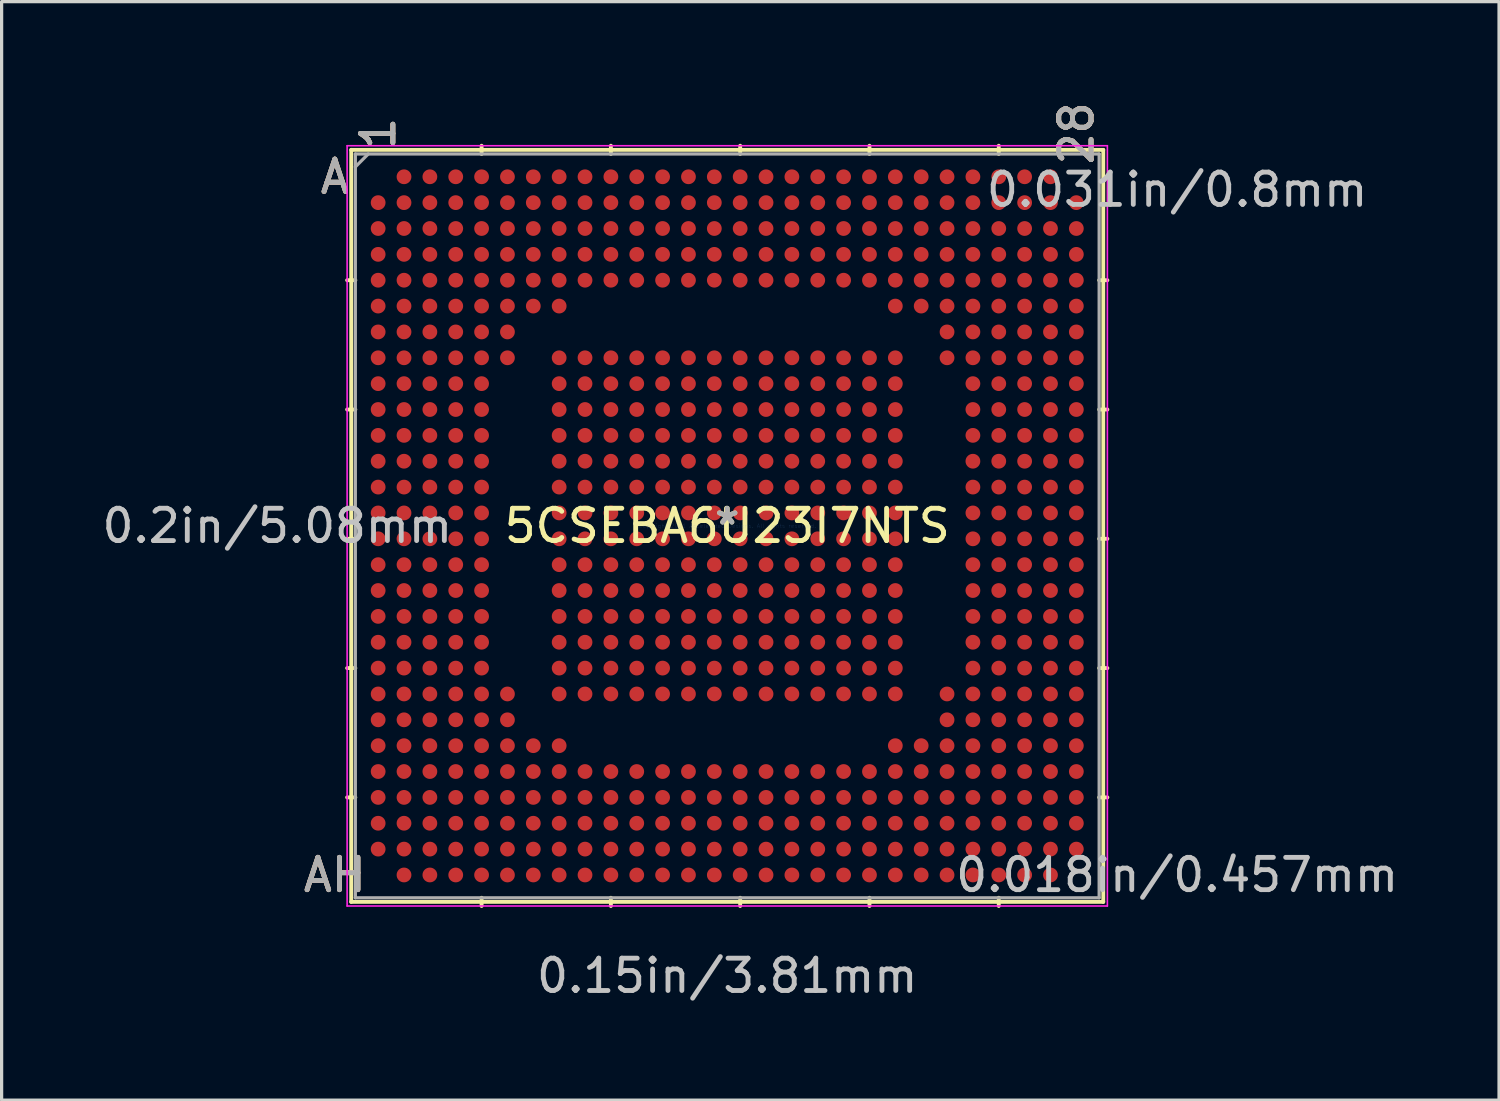
<source format=kicad_pcb>
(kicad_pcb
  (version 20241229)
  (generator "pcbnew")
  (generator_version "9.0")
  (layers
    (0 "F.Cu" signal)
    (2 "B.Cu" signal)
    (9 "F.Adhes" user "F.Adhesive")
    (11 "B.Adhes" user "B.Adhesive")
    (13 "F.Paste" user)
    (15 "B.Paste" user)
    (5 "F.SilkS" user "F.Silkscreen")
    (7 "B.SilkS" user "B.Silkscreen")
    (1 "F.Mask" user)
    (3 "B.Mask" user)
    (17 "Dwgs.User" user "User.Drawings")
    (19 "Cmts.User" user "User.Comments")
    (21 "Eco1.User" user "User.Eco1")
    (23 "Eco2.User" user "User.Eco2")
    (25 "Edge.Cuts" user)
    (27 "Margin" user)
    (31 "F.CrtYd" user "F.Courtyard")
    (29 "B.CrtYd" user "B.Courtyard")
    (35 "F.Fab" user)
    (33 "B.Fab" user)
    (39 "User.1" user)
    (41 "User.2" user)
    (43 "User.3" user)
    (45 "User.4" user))
  (footprint "5CSEBA6U23I7NTS"
    (layer "F.Cu")
    (at 19.449 13.219)
    (property "Reference" "5CSEBA6U23I7NTS" (at 0 0 0) (layer "F.SilkS") (effects (font (size 1 1) (thickness 0.15))))
    (attr through_hole)
    (fp_line (start -11.633 -11.633) (end -11.633 11.633) (stroke (width 0.12) (type solid)) (layer "F.SilkS"))
    (fp_line (start -11.633 11.633) (end 11.633 11.633) (stroke (width 0.12) (type solid)) (layer "F.SilkS"))
    (fp_line (start -11.506 -7.6) (end -11.76 -7.6) (stroke (width 0.12) (type solid)) (layer "F.SilkS"))
    (fp_line (start -11.506 -3.6) (end -11.76 -3.6) (stroke (width 0.12) (type solid)) (layer "F.SilkS"))
    (fp_line (start -11.506 0.4) (end -11.76 0.4) (stroke (width 0.12) (type solid)) (layer "F.SilkS"))
    (fp_line (start -11.506 4.4) (end -11.76 4.4) (stroke (width 0.12) (type solid)) (layer "F.SilkS"))
    (fp_line (start -11.506 8.4) (end -11.76 8.4) (stroke (width 0.12) (type solid)) (layer "F.SilkS"))
    (fp_line (start -7.6 -11.506) (end -7.6 -11.76) (stroke (width 0.12) (type solid)) (layer "F.SilkS"))
    (fp_line (start -7.6 11.506) (end -7.6 11.76) (stroke (width 0.12) (type solid)) (layer "F.SilkS"))
    (fp_line (start -3.6 -11.506) (end -3.6 -11.76) (stroke (width 0.12) (type solid)) (layer "F.SilkS"))
    (fp_line (start -3.6 11.506) (end -3.6 11.76) (stroke (width 0.12) (type solid)) (layer "F.SilkS"))
    (fp_line (start 0.4 -11.506) (end 0.4 -11.76) (stroke (width 0.12) (type solid)) (layer "F.SilkS"))
    (fp_line (start 0.4 11.506) (end 0.4 11.76) (stroke (width 0.12) (type solid)) (layer "F.SilkS"))
    (fp_line (start 4.4 -11.506) (end 4.4 -11.76) (stroke (width 0.12) (type solid)) (layer "F.SilkS"))
    (fp_line (start 4.4 11.506) (end 4.4 11.76) (stroke (width 0.12) (type solid)) (layer "F.SilkS"))
    (fp_line (start 8.4 -11.506) (end 8.4 -11.76) (stroke (width 0.12) (type solid)) (layer "F.SilkS"))
    (fp_line (start 8.4 11.506) (end 8.4 11.76) (stroke (width 0.12) (type solid)) (layer "F.SilkS"))
    (fp_line (start 11.506 -7.6) (end 11.76 -7.6) (stroke (width 0.12) (type solid)) (layer "F.SilkS"))
    (fp_line (start 11.506 -3.6) (end 11.76 -3.6) (stroke (width 0.12) (type solid)) (layer "F.SilkS"))
    (fp_line (start 11.506 0.4) (end 11.76 0.4) (stroke (width 0.12) (type solid)) (layer "F.SilkS"))
    (fp_line (start 11.506 4.4) (end 11.76 4.4) (stroke (width 0.12) (type solid)) (layer "F.SilkS"))
    (fp_line (start 11.506 8.4) (end 11.76 8.4) (stroke (width 0.12) (type solid)) (layer "F.SilkS"))
    (fp_line (start 11.633 -11.633) (end -11.633 -11.633) (stroke (width 0.12) (type solid)) (layer "F.SilkS"))
    (fp_line (start 11.633 11.633) (end 11.633 -11.633) (stroke (width 0.12) (type solid)) (layer "F.SilkS"))
    (fp_line (start -11.76 -11.76) (end 11.76 -11.76) (stroke (width 0.05) (type solid)) (layer "F.CrtYd"))
    (fp_line (start -11.76 11.76) (end -11.76 -11.76) (stroke (width 0.05) (type solid)) (layer "F.CrtYd"))
    (fp_line (start 11.76 -11.76) (end 11.76 11.76) (stroke (width 0.05) (type solid)) (layer "F.CrtYd"))
    (fp_line (start 11.76 11.76) (end -11.76 11.76) (stroke (width 0.05) (type solid)) (layer "F.CrtYd"))
    (fp_line (start -11.506 -11.506) (end -11.506 11.506) (stroke (width 0.1) (type solid)) (layer "F.Fab"))
    (fp_line (start -11.506 11.506) (end 11.506 11.506) (stroke (width 0.1) (type solid)) (layer "F.Fab"))
    (fp_line (start -11.106 -11.506) (end -11.506 -11.106) (stroke (width 0.1) (type solid)) (layer "F.Fab"))
    (fp_line (start 11.506 -11.506) (end -11.506 -11.506) (stroke (width 0.1) (type solid)) (layer "F.Fab"))
    (fp_line (start 11.506 11.506) (end 11.506 -11.506) (stroke (width 0.1) (type solid)) (layer "F.Fab"))
    (fp_text user "A" (at -12.141 -10.8 0) (layer "F.SilkS") (effects (font (size 1 1) (thickness 0.15))))
    (fp_text user "28" (at 10.8 -12.141 90) (layer "F.SilkS") (effects (font (size 1 1) (thickness 0.15))))
    (fp_text user "AH" (at -12.141 10.8 0) (layer "F.SilkS") (effects (font (size 1 1) (thickness 0.15))))
    (fp_text user "1" (at -10.8 -12.141 90) (layer "F.SilkS") (effects (font (size 1 1) (thickness 0.15))))
    (fp_text user "*" (at 0 0 0) (layer "F.SilkS") (effects (font (size 1 1) (thickness 0.15))))
    (fp_text user "AH" (at -12.141 10.8 0) (layer "B.SilkS") (effects (font (size 1 1) (thickness 0.15))))
    (fp_text user "1" (at -10.8 -12.141 90) (layer "B.SilkS") (effects (font (size 1 1) (thickness 0.15))))
    (fp_text user "A" (at -12.141 -10.8 0) (layer "B.SilkS") (effects (font (size 1 1) (thickness 0.15))))
    (fp_text user "28" (at 10.8 -12.141 90) (layer "B.SilkS") (effects (font (size 1 1) (thickness 0.15))))
    (fp_text user "0.031in/0.8mm" (at 13.919 -10.4 0) (layer "Dwgs.User") (effects (font (size 1 1) (thickness 0.15))))
    (fp_text user "0.2in/5.08mm" (at -13.919 0 0) (layer "Dwgs.User") (effects (font (size 1 1) (thickness 0.15))))
    (fp_text user "0.018in/0.457mm" (at 13.919 10.8 0) (layer "Dwgs.User") (effects (font (size 1 1) (thickness 0.15))))
    (fp_text user "0.15in/3.81mm" (at 0 13.919 0) (layer "Dwgs.User") (effects (font (size 1 1) (thickness 0.15))))
    (fp_text user "Copyright 2021 Accelerated Designs. All rights reserved." (at 0 0 0) (layer "Cmts.User") (effects (font (size 0.127 0.127) (thickness 0.002))))
    (fp_text user "1" (at -10.8 -12.141 90) (layer "F.Fab") (effects (font (size 1 1) (thickness 0.15))))
    (fp_text user "A" (at -12.141 -10.8 0) (layer "F.Fab") (effects (font (size 1 1) (thickness 0.15))))
    (fp_text user "*" (at 0 0 0) (layer "F.Fab") (effects (font (size 1 1) (thickness 0.15))))
    (fp_text user "28" (at 10.8 -12.141 90) (layer "F.Fab") (effects (font (size 1 1) (thickness 0.15))))
    (fp_text user "AH" (at -12.141 10.8 0) (layer "F.Fab") (effects (font (size 1 1) (thickness 0.15))))
    (pad "A2" smd circle (at -10 -10.8) (size 0.457 0.457) (layers "F.Cu" "F.Mask" "F.Paste"))
    (pad "A3" smd circle (at -9.2 -10.8) (size 0.457 0.457) (layers "F.Cu" "F.Mask" "F.Paste"))
    (pad "A4" smd circle (at -8.4 -10.8) (size 0.457 0.457) (layers "F.Cu" "F.Mask" "F.Paste"))
    (pad "A5" smd circle (at -7.6 -10.8) (size 0.457 0.457) (layers "F.Cu" "F.Mask" "F.Paste"))
    (pad "A6" smd circle (at -6.8 -10.8) (size 0.457 0.457) (layers "F.Cu" "F.Mask" "F.Paste"))
    (pad "A7" smd circle (at -6 -10.8) (size 0.457 0.457) (layers "F.Cu" "F.Mask" "F.Paste"))
    (pad "A8" smd circle (at -5.2 -10.8) (size 0.457 0.457) (layers "F.Cu" "F.Mask" "F.Paste"))
    (pad "A9" smd circle (at -4.4 -10.8) (size 0.457 0.457) (layers "F.Cu" "F.Mask" "F.Paste"))
    (pad "A10" smd circle (at -3.6 -10.8) (size 0.457 0.457) (layers "F.Cu" "F.Mask" "F.Paste"))
    (pad "A11" smd circle (at -2.8 -10.8) (size 0.457 0.457) (layers "F.Cu" "F.Mask" "F.Paste"))
    (pad "A12" smd circle (at -2 -10.8) (size 0.457 0.457) (layers "F.Cu" "F.Mask" "F.Paste"))
    (pad "A13" smd circle (at -1.2 -10.8) (size 0.457 0.457) (layers "F.Cu" "F.Mask" "F.Paste"))
    (pad "A14" smd circle (at -0.4 -10.8) (size 0.457 0.457) (layers "F.Cu" "F.Mask" "F.Paste"))
    (pad "A15" smd circle (at 0.4 -10.8) (size 0.457 0.457) (layers "F.Cu" "F.Mask" "F.Paste"))
    (pad "A16" smd circle (at 1.2 -10.8) (size 0.457 0.457) (layers "F.Cu" "F.Mask" "F.Paste"))
    (pad "A17" smd circle (at 2 -10.8) (size 0.457 0.457) (layers "F.Cu" "F.Mask" "F.Paste"))
    (pad "A18" smd circle (at 2.8 -10.8) (size 0.457 0.457) (layers "F.Cu" "F.Mask" "F.Paste"))
    (pad "A19" smd circle (at 3.6 -10.8) (size 0.457 0.457) (layers "F.Cu" "F.Mask" "F.Paste"))
    (pad "A20" smd circle (at 4.4 -10.8) (size 0.457 0.457) (layers "F.Cu" "F.Mask" "F.Paste"))
    (pad "A21" smd circle (at 5.2 -10.8) (size 0.457 0.457) (layers "F.Cu" "F.Mask" "F.Paste"))
    (pad "A22" smd circle (at 6 -10.8) (size 0.457 0.457) (layers "F.Cu" "F.Mask" "F.Paste"))
    (pad "A23" smd circle (at 6.8 -10.8) (size 0.457 0.457) (layers "F.Cu" "F.Mask" "F.Paste"))
    (pad "A24" smd circle (at 7.6 -10.8) (size 0.457 0.457) (layers "F.Cu" "F.Mask" "F.Paste"))
    (pad "A25" smd circle (at 8.4 -10.8) (size 0.457 0.457) (layers "F.Cu" "F.Mask" "F.Paste"))
    (pad "A26" smd circle (at 9.2 -10.8) (size 0.457 0.457) (layers "F.Cu" "F.Mask" "F.Paste"))
    (pad "A27" smd circle (at 10 -10.8) (size 0.457 0.457) (layers "F.Cu" "F.Mask" "F.Paste"))
    (pad "AA1" smd circle (at -10.8 5.2) (size 0.457 0.457) (layers "F.Cu" "F.Mask" "F.Paste"))
    (pad "AA2" smd circle (at -10 5.2) (size 0.457 0.457) (layers "F.Cu" "F.Mask" "F.Paste"))
    (pad "AA3" smd circle (at -9.2 5.2) (size 0.457 0.457) (layers "F.Cu" "F.Mask" "F.Paste"))
    (pad "AA4" smd circle (at -8.4 5.2) (size 0.457 0.457) (layers "F.Cu" "F.Mask" "F.Paste"))
    (pad "AA5" smd circle (at -7.6 5.2) (size 0.457 0.457) (layers "F.Cu" "F.Mask" "F.Paste"))
    (pad "AA6" smd circle (at -6.8 5.2) (size 0.457 0.457) (layers "F.Cu" "F.Mask" "F.Paste"))
    (pad "AA8" smd circle (at -5.2 5.2) (size 0.457 0.457) (layers "F.Cu" "F.Mask" "F.Paste"))
    (pad "AA9" smd circle (at -4.4 5.2) (size 0.457 0.457) (layers "F.Cu" "F.Mask" "F.Paste"))
    (pad "AA10" smd circle (at -3.6 5.2) (size 0.457 0.457) (layers "F.Cu" "F.Mask" "F.Paste"))
    (pad "AA11" smd circle (at -2.8 5.2) (size 0.457 0.457) (layers "F.Cu" "F.Mask" "F.Paste"))
    (pad "AA12" smd circle (at -2 5.2) (size 0.457 0.457) (layers "F.Cu" "F.Mask" "F.Paste"))
    (pad "AA13" smd circle (at -1.2 5.2) (size 0.457 0.457) (layers "F.Cu" "F.Mask" "F.Paste"))
    (pad "AA14" smd circle (at -0.4 5.2) (size 0.457 0.457) (layers "F.Cu" "F.Mask" "F.Paste"))
    (pad "AA15" smd circle (at 0.4 5.2) (size 0.457 0.457) (layers "F.Cu" "F.Mask" "F.Paste"))
    (pad "AA16" smd circle (at 1.2 5.2) (size 0.457 0.457) (layers "F.Cu" "F.Mask" "F.Paste"))
    (pad "AA17" smd circle (at 2 5.2) (size 0.457 0.457) (layers "F.Cu" "F.Mask" "F.Paste"))
    (pad "AA18" smd circle (at 2.8 5.2) (size 0.457 0.457) (layers "F.Cu" "F.Mask" "F.Paste"))
    (pad "AA19" smd circle (at 3.6 5.2) (size 0.457 0.457) (layers "F.Cu" "F.Mask" "F.Paste"))
    (pad "AA20" smd circle (at 4.4 5.2) (size 0.457 0.457) (layers "F.Cu" "F.Mask" "F.Paste"))
    (pad "AA21" smd circle (at 5.2 5.2) (size 0.457 0.457) (layers "F.Cu" "F.Mask" "F.Paste"))
    (pad "AA23" smd circle (at 6.8 5.2) (size 0.457 0.457) (layers "F.Cu" "F.Mask" "F.Paste"))
    (pad "AA24" smd circle (at 7.6 5.2) (size 0.457 0.457) (layers "F.Cu" "F.Mask" "F.Paste"))
    (pad "AA25" smd circle (at 8.4 5.2) (size 0.457 0.457) (layers "F.Cu" "F.Mask" "F.Paste"))
    (pad "AA26" smd circle (at 9.2 5.2) (size 0.457 0.457) (layers "F.Cu" "F.Mask" "F.Paste"))
    (pad "AA27" smd circle (at 10 5.2) (size 0.457 0.457) (layers "F.Cu" "F.Mask" "F.Paste"))
    (pad "AA28" smd circle (at 10.8 5.2) (size 0.457 0.457) (layers "F.Cu" "F.Mask" "F.Paste"))
    (pad "AB1" smd circle (at -10.8 6) (size 0.457 0.457) (layers "F.Cu" "F.Mask" "F.Paste"))
    (pad "AB2" smd circle (at -10 6) (size 0.457 0.457) (layers "F.Cu" "F.Mask" "F.Paste"))
    (pad "AB3" smd circle (at -9.2 6) (size 0.457 0.457) (layers "F.Cu" "F.Mask" "F.Paste"))
    (pad "AB4" smd circle (at -8.4 6) (size 0.457 0.457) (layers "F.Cu" "F.Mask" "F.Paste"))
    (pad "AB5" smd circle (at -7.6 6) (size 0.457 0.457) (layers "F.Cu" "F.Mask" "F.Paste"))
    (pad "AB6" smd circle (at -6.8 6) (size 0.457 0.457) (layers "F.Cu" "F.Mask" "F.Paste"))
    (pad "AB23" smd circle (at 6.8 6) (size 0.457 0.457) (layers "F.Cu" "F.Mask" "F.Paste"))
    (pad "AB24" smd circle (at 7.6 6) (size 0.457 0.457) (layers "F.Cu" "F.Mask" "F.Paste"))
    (pad "AB25" smd circle (at 8.4 6) (size 0.457 0.457) (layers "F.Cu" "F.Mask" "F.Paste"))
    (pad "AB26" smd circle (at 9.2 6) (size 0.457 0.457) (layers "F.Cu" "F.Mask" "F.Paste"))
    (pad "AB27" smd circle (at 10 6) (size 0.457 0.457) (layers "F.Cu" "F.Mask" "F.Paste"))
    (pad "AB28" smd circle (at 10.8 6) (size 0.457 0.457) (layers "F.Cu" "F.Mask" "F.Paste"))
    (pad "AC1" smd circle (at -10.8 6.8) (size 0.457 0.457) (layers "F.Cu" "F.Mask" "F.Paste"))
    (pad "AC2" smd circle (at -10 6.8) (size 0.457 0.457) (layers "F.Cu" "F.Mask" "F.Paste"))
    (pad "AC3" smd circle (at -9.2 6.8) (size 0.457 0.457) (layers "F.Cu" "F.Mask" "F.Paste"))
    (pad "AC4" smd circle (at -8.4 6.8) (size 0.457 0.457) (layers "F.Cu" "F.Mask" "F.Paste"))
    (pad "AC5" smd circle (at -7.6 6.8) (size 0.457 0.457) (layers "F.Cu" "F.Mask" "F.Paste"))
    (pad "AC6" smd circle (at -6.8 6.8) (size 0.457 0.457) (layers "F.Cu" "F.Mask" "F.Paste"))
    (pad "AC7" smd circle (at -6 6.8) (size 0.457 0.457) (layers "F.Cu" "F.Mask" "F.Paste"))
    (pad "AC8" smd circle (at -5.2 6.8) (size 0.457 0.457) (layers "F.Cu" "F.Mask" "F.Paste"))
    (pad "AC21" smd circle (at 5.2 6.8) (size 0.457 0.457) (layers "F.Cu" "F.Mask" "F.Paste"))
    (pad "AC22" smd circle (at 6 6.8) (size 0.457 0.457) (layers "F.Cu" "F.Mask" "F.Paste"))
    (pad "AC23" smd circle (at 6.8 6.8) (size 0.457 0.457) (layers "F.Cu" "F.Mask" "F.Paste"))
    (pad "AC24" smd circle (at 7.6 6.8) (size 0.457 0.457) (layers "F.Cu" "F.Mask" "F.Paste"))
    (pad "AC25" smd circle (at 8.4 6.8) (size 0.457 0.457) (layers "F.Cu" "F.Mask" "F.Paste"))
    (pad "AC26" smd circle (at 9.2 6.8) (size 0.457 0.457) (layers "F.Cu" "F.Mask" "F.Paste"))
    (pad "AC27" smd circle (at 10 6.8) (size 0.457 0.457) (layers "F.Cu" "F.Mask" "F.Paste"))
    (pad "AC28" smd circle (at 10.8 6.8) (size 0.457 0.457) (layers "F.Cu" "F.Mask" "F.Paste"))
    (pad "AD1" smd circle (at -10.8 7.6) (size 0.457 0.457) (layers "F.Cu" "F.Mask" "F.Paste"))
    (pad "AD2" smd circle (at -10 7.6) (size 0.457 0.457) (layers "F.Cu" "F.Mask" "F.Paste"))
    (pad "AD3" smd circle (at -9.2 7.6) (size 0.457 0.457) (layers "F.Cu" "F.Mask" "F.Paste"))
    (pad "AD4" smd circle (at -8.4 7.6) (size 0.457 0.457) (layers "F.Cu" "F.Mask" "F.Paste"))
    (pad "AD5" smd circle (at -7.6 7.6) (size 0.457 0.457) (layers "F.Cu" "F.Mask" "F.Paste"))
    (pad "AD6" smd circle (at -6.8 7.6) (size 0.457 0.457) (layers "F.Cu" "F.Mask" "F.Paste"))
    (pad "AD7" smd circle (at -6 7.6) (size 0.457 0.457) (layers "F.Cu" "F.Mask" "F.Paste"))
    (pad "AD8" smd circle (at -5.2 7.6) (size 0.457 0.457) (layers "F.Cu" "F.Mask" "F.Paste"))
    (pad "AD9" smd circle (at -4.4 7.6) (size 0.457 0.457) (layers "F.Cu" "F.Mask" "F.Paste"))
    (pad "AD10" smd circle (at -3.6 7.6) (size 0.457 0.457) (layers "F.Cu" "F.Mask" "F.Paste"))
    (pad "AD11" smd circle (at -2.8 7.6) (size 0.457 0.457) (layers "F.Cu" "F.Mask" "F.Paste"))
    (pad "AD12" smd circle (at -2 7.6) (size 0.457 0.457) (layers "F.Cu" "F.Mask" "F.Paste"))
    (pad "AD13" smd circle (at -1.2 7.6) (size 0.457 0.457) (layers "F.Cu" "F.Mask" "F.Paste"))
    (pad "AD14" smd circle (at -0.4 7.6) (size 0.457 0.457) (layers "F.Cu" "F.Mask" "F.Paste"))
    (pad "AD15" smd circle (at 0.4 7.6) (size 0.457 0.457) (layers "F.Cu" "F.Mask" "F.Paste"))
    (pad "AD16" smd circle (at 1.2 7.6) (size 0.457 0.457) (layers "F.Cu" "F.Mask" "F.Paste"))
    (pad "AD17" smd circle (at 2 7.6) (size 0.457 0.457) (layers "F.Cu" "F.Mask" "F.Paste"))
    (pad "AD18" smd circle (at 2.8 7.6) (size 0.457 0.457) (layers "F.Cu" "F.Mask" "F.Paste"))
    (pad "AD19" smd circle (at 3.6 7.6) (size 0.457 0.457) (layers "F.Cu" "F.Mask" "F.Paste"))
    (pad "AD20" smd circle (at 4.4 7.6) (size 0.457 0.457) (layers "F.Cu" "F.Mask" "F.Paste"))
    (pad "AD21" smd circle (at 5.2 7.6) (size 0.457 0.457) (layers "F.Cu" "F.Mask" "F.Paste"))
    (pad "AD22" smd circle (at 6 7.6) (size 0.457 0.457) (layers "F.Cu" "F.Mask" "F.Paste"))
    (pad "AD23" smd circle (at 6.8 7.6) (size 0.457 0.457) (layers "F.Cu" "F.Mask" "F.Paste"))
    (pad "AD24" smd circle (at 7.6 7.6) (size 0.457 0.457) (layers "F.Cu" "F.Mask" "F.Paste"))
    (pad "AD25" smd circle (at 8.4 7.6) (size 0.457 0.457) (layers "F.Cu" "F.Mask" "F.Paste"))
    (pad "AD26" smd circle (at 9.2 7.6) (size 0.457 0.457) (layers "F.Cu" "F.Mask" "F.Paste"))
    (pad "AD27" smd circle (at 10 7.6) (size 0.457 0.457) (layers "F.Cu" "F.Mask" "F.Paste"))
    (pad "AD28" smd circle (at 10.8 7.6) (size 0.457 0.457) (layers "F.Cu" "F.Mask" "F.Paste"))
    (pad "AE1" smd circle (at -10.8 8.4) (size 0.457 0.457) (layers "F.Cu" "F.Mask" "F.Paste"))
    (pad "AE2" smd circle (at -10 8.4) (size 0.457 0.457) (layers "F.Cu" "F.Mask" "F.Paste"))
    (pad "AE3" smd circle (at -9.2 8.4) (size 0.457 0.457) (layers "F.Cu" "F.Mask" "F.Paste"))
    (pad "AE4" smd circle (at -8.4 8.4) (size 0.457 0.457) (layers "F.Cu" "F.Mask" "F.Paste"))
    (pad "AE5" smd circle (at -7.6 8.4) (size 0.457 0.457) (layers "F.Cu" "F.Mask" "F.Paste"))
    (pad "AE6" smd circle (at -6.8 8.4) (size 0.457 0.457) (layers "F.Cu" "F.Mask" "F.Paste"))
    (pad "AE7" smd circle (at -6 8.4) (size 0.457 0.457) (layers "F.Cu" "F.Mask" "F.Paste"))
    (pad "AE8" smd circle (at -5.2 8.4) (size 0.457 0.457) (layers "F.Cu" "F.Mask" "F.Paste"))
    (pad "AE9" smd circle (at -4.4 8.4) (size 0.457 0.457) (layers "F.Cu" "F.Mask" "F.Paste"))
    (pad "AE10" smd circle (at -3.6 8.4) (size 0.457 0.457) (layers "F.Cu" "F.Mask" "F.Paste"))
    (pad "AE11" smd circle (at -2.8 8.4) (size 0.457 0.457) (layers "F.Cu" "F.Mask" "F.Paste"))
    (pad "AE12" smd circle (at -2 8.4) (size 0.457 0.457) (layers "F.Cu" "F.Mask" "F.Paste"))
    (pad "AE13" smd circle (at -1.2 8.4) (size 0.457 0.457) (layers "F.Cu" "F.Mask" "F.Paste"))
    (pad "AE14" smd circle (at -0.4 8.4) (size 0.457 0.457) (layers "F.Cu" "F.Mask" "F.Paste"))
    (pad "AE15" smd circle (at 0.4 8.4) (size 0.457 0.457) (layers "F.Cu" "F.Mask" "F.Paste"))
    (pad "AE16" smd circle (at 1.2 8.4) (size 0.457 0.457) (layers "F.Cu" "F.Mask" "F.Paste"))
    (pad "AE17" smd circle (at 2 8.4) (size 0.457 0.457) (layers "F.Cu" "F.Mask" "F.Paste"))
    (pad "AE18" smd circle (at 2.8 8.4) (size 0.457 0.457) (layers "F.Cu" "F.Mask" "F.Paste"))
    (pad "AE19" smd circle (at 3.6 8.4) (size 0.457 0.457) (layers "F.Cu" "F.Mask" "F.Paste"))
    (pad "AE20" smd circle (at 4.4 8.4) (size 0.457 0.457) (layers "F.Cu" "F.Mask" "F.Paste"))
    (pad "AE21" smd circle (at 5.2 8.4) (size 0.457 0.457) (layers "F.Cu" "F.Mask" "F.Paste"))
    (pad "AE22" smd circle (at 6 8.4) (size 0.457 0.457) (layers "F.Cu" "F.Mask" "F.Paste"))
    (pad "AE23" smd circle (at 6.8 8.4) (size 0.457 0.457) (layers "F.Cu" "F.Mask" "F.Paste"))
    (pad "AE24" smd circle (at 7.6 8.4) (size 0.457 0.457) (layers "F.Cu" "F.Mask" "F.Paste"))
    (pad "AE25" smd circle (at 8.4 8.4) (size 0.457 0.457) (layers "F.Cu" "F.Mask" "F.Paste"))
    (pad "AE26" smd circle (at 9.2 8.4) (size 0.457 0.457) (layers "F.Cu" "F.Mask" "F.Paste"))
    (pad "AE27" smd circle (at 10 8.4) (size 0.457 0.457) (layers "F.Cu" "F.Mask" "F.Paste"))
    (pad "AE28" smd circle (at 10.8 8.4) (size 0.457 0.457) (layers "F.Cu" "F.Mask" "F.Paste"))
    (pad "AF1" smd circle (at -10.8 9.2) (size 0.457 0.457) (layers "F.Cu" "F.Mask" "F.Paste"))
    (pad "AF2" smd circle (at -10 9.2) (size 0.457 0.457) (layers "F.Cu" "F.Mask" "F.Paste"))
    (pad "AF3" smd circle (at -9.2 9.2) (size 0.457 0.457) (layers "F.Cu" "F.Mask" "F.Paste"))
    (pad "AF4" smd circle (at -8.4 9.2) (size 0.457 0.457) (layers "F.Cu" "F.Mask" "F.Paste"))
    (pad "AF5" smd circle (at -7.6 9.2) (size 0.457 0.457) (layers "F.Cu" "F.Mask" "F.Paste"))
    (pad "AF6" smd circle (at -6.8 9.2) (size 0.457 0.457) (layers "F.Cu" "F.Mask" "F.Paste"))
    (pad "AF7" smd circle (at -6 9.2) (size 0.457 0.457) (layers "F.Cu" "F.Mask" "F.Paste"))
    (pad "AF8" smd circle (at -5.2 9.2) (size 0.457 0.457) (layers "F.Cu" "F.Mask" "F.Paste"))
    (pad "AF9" smd circle (at -4.4 9.2) (size 0.457 0.457) (layers "F.Cu" "F.Mask" "F.Paste"))
    (pad "AF10" smd circle (at -3.6 9.2) (size 0.457 0.457) (layers "F.Cu" "F.Mask" "F.Paste"))
    (pad "AF11" smd circle (at -2.8 9.2) (size 0.457 0.457) (layers "F.Cu" "F.Mask" "F.Paste"))
    (pad "AF12" smd circle (at -2 9.2) (size 0.457 0.457) (layers "F.Cu" "F.Mask" "F.Paste"))
    (pad "AF13" smd circle (at -1.2 9.2) (size 0.457 0.457) (layers "F.Cu" "F.Mask" "F.Paste"))
    (pad "AF14" smd circle (at -0.4 9.2) (size 0.457 0.457) (layers "F.Cu" "F.Mask" "F.Paste"))
    (pad "AF15" smd circle (at 0.4 9.2) (size 0.457 0.457) (layers "F.Cu" "F.Mask" "F.Paste"))
    (pad "AF16" smd circle (at 1.2 9.2) (size 0.457 0.457) (layers "F.Cu" "F.Mask" "F.Paste"))
    (pad "AF17" smd circle (at 2 9.2) (size 0.457 0.457) (layers "F.Cu" "F.Mask" "F.Paste"))
    (pad "AF18" smd circle (at 2.8 9.2) (size 0.457 0.457) (layers "F.Cu" "F.Mask" "F.Paste"))
    (pad "AF19" smd circle (at 3.6 9.2) (size 0.457 0.457) (layers "F.Cu" "F.Mask" "F.Paste"))
    (pad "AF20" smd circle (at 4.4 9.2) (size 0.457 0.457) (layers "F.Cu" "F.Mask" "F.Paste"))
    (pad "AF21" smd circle (at 5.2 9.2) (size 0.457 0.457) (layers "F.Cu" "F.Mask" "F.Paste"))
    (pad "AF22" smd circle (at 6 9.2) (size 0.457 0.457) (layers "F.Cu" "F.Mask" "F.Paste"))
    (pad "AF23" smd circle (at 6.8 9.2) (size 0.457 0.457) (layers "F.Cu" "F.Mask" "F.Paste"))
    (pad "AF24" smd circle (at 7.6 9.2) (size 0.457 0.457) (layers "F.Cu" "F.Mask" "F.Paste"))
    (pad "AF25" smd circle (at 8.4 9.2) (size 0.457 0.457) (layers "F.Cu" "F.Mask" "F.Paste"))
    (pad "AF26" smd circle (at 9.2 9.2) (size 0.457 0.457) (layers "F.Cu" "F.Mask" "F.Paste"))
    (pad "AF27" smd circle (at 10 9.2) (size 0.457 0.457) (layers "F.Cu" "F.Mask" "F.Paste"))
    (pad "AF28" smd circle (at 10.8 9.2) (size 0.457 0.457) (layers "F.Cu" "F.Mask" "F.Paste"))
    (pad "AG1" smd circle (at -10.8 10) (size 0.457 0.457) (layers "F.Cu" "F.Mask" "F.Paste"))
    (pad "AG2" smd circle (at -10 10) (size 0.457 0.457) (layers "F.Cu" "F.Mask" "F.Paste"))
    (pad "AG3" smd circle (at -9.2 10) (size 0.457 0.457) (layers "F.Cu" "F.Mask" "F.Paste"))
    (pad "AG4" smd circle (at -8.4 10) (size 0.457 0.457) (layers "F.Cu" "F.Mask" "F.Paste"))
    (pad "AG5" smd circle (at -7.6 10) (size 0.457 0.457) (layers "F.Cu" "F.Mask" "F.Paste"))
    (pad "AG6" smd circle (at -6.8 10) (size 0.457 0.457) (layers "F.Cu" "F.Mask" "F.Paste"))
    (pad "AG7" smd circle (at -6 10) (size 0.457 0.457) (layers "F.Cu" "F.Mask" "F.Paste"))
    (pad "AG8" smd circle (at -5.2 10) (size 0.457 0.457) (layers "F.Cu" "F.Mask" "F.Paste"))
    (pad "AG9" smd circle (at -4.4 10) (size 0.457 0.457) (layers "F.Cu" "F.Mask" "F.Paste"))
    (pad "AG10" smd circle (at -3.6 10) (size 0.457 0.457) (layers "F.Cu" "F.Mask" "F.Paste"))
    (pad "AG11" smd circle (at -2.8 10) (size 0.457 0.457) (layers "F.Cu" "F.Mask" "F.Paste"))
    (pad "AG12" smd circle (at -2 10) (size 0.457 0.457) (layers "F.Cu" "F.Mask" "F.Paste"))
    (pad "AG13" smd circle (at -1.2 10) (size 0.457 0.457) (layers "F.Cu" "F.Mask" "F.Paste"))
    (pad "AG14" smd circle (at -0.4 10) (size 0.457 0.457) (layers "F.Cu" "F.Mask" "F.Paste"))
    (pad "AG15" smd circle (at 0.4 10) (size 0.457 0.457) (layers "F.Cu" "F.Mask" "F.Paste"))
    (pad "AG16" smd circle (at 1.2 10) (size 0.457 0.457) (layers "F.Cu" "F.Mask" "F.Paste"))
    (pad "AG17" smd circle (at 2 10) (size 0.457 0.457) (layers "F.Cu" "F.Mask" "F.Paste"))
    (pad "AG18" smd circle (at 2.8 10) (size 0.457 0.457) (layers "F.Cu" "F.Mask" "F.Paste"))
    (pad "AG19" smd circle (at 3.6 10) (size 0.457 0.457) (layers "F.Cu" "F.Mask" "F.Paste"))
    (pad "AG20" smd circle (at 4.4 10) (size 0.457 0.457) (layers "F.Cu" "F.Mask" "F.Paste"))
    (pad "AG21" smd circle (at 5.2 10) (size 0.457 0.457) (layers "F.Cu" "F.Mask" "F.Paste"))
    (pad "AG22" smd circle (at 6 10) (size 0.457 0.457) (layers "F.Cu" "F.Mask" "F.Paste"))
    (pad "AG23" smd circle (at 6.8 10) (size 0.457 0.457) (layers "F.Cu" "F.Mask" "F.Paste"))
    (pad "AG24" smd circle (at 7.6 10) (size 0.457 0.457) (layers "F.Cu" "F.Mask" "F.Paste"))
    (pad "AG25" smd circle (at 8.4 10) (size 0.457 0.457) (layers "F.Cu" "F.Mask" "F.Paste"))
    (pad "AG26" smd circle (at 9.2 10) (size 0.457 0.457) (layers "F.Cu" "F.Mask" "F.Paste"))
    (pad "AG27" smd circle (at 10 10) (size 0.457 0.457) (layers "F.Cu" "F.Mask" "F.Paste"))
    (pad "AG28" smd circle (at 10.8 10) (size 0.457 0.457) (layers "F.Cu" "F.Mask" "F.Paste"))
    (pad "AH2" smd circle (at -10 10.8) (size 0.457 0.457) (layers "F.Cu" "F.Mask" "F.Paste"))
    (pad "AH3" smd circle (at -9.2 10.8) (size 0.457 0.457) (layers "F.Cu" "F.Mask" "F.Paste"))
    (pad "AH4" smd circle (at -8.4 10.8) (size 0.457 0.457) (layers "F.Cu" "F.Mask" "F.Paste"))
    (pad "AH5" smd circle (at -7.6 10.8) (size 0.457 0.457) (layers "F.Cu" "F.Mask" "F.Paste"))
    (pad "AH6" smd circle (at -6.8 10.8) (size 0.457 0.457) (layers "F.Cu" "F.Mask" "F.Paste"))
    (pad "AH7" smd circle (at -6 10.8) (size 0.457 0.457) (layers "F.Cu" "F.Mask" "F.Paste"))
    (pad "AH8" smd circle (at -5.2 10.8) (size 0.457 0.457) (layers "F.Cu" "F.Mask" "F.Paste"))
    (pad "AH9" smd circle (at -4.4 10.8) (size 0.457 0.457) (layers "F.Cu" "F.Mask" "F.Paste"))
    (pad "AH10" smd circle (at -3.6 10.8) (size 0.457 0.457) (layers "F.Cu" "F.Mask" "F.Paste"))
    (pad "AH11" smd circle (at -2.8 10.8) (size 0.457 0.457) (layers "F.Cu" "F.Mask" "F.Paste"))
    (pad "AH12" smd circle (at -2 10.8) (size 0.457 0.457) (layers "F.Cu" "F.Mask" "F.Paste"))
    (pad "AH13" smd circle (at -1.2 10.8) (size 0.457 0.457) (layers "F.Cu" "F.Mask" "F.Paste"))
    (pad "AH14" smd circle (at -0.4 10.8) (size 0.457 0.457) (layers "F.Cu" "F.Mask" "F.Paste"))
    (pad "AH15" smd circle (at 0.4 10.8) (size 0.457 0.457) (layers "F.Cu" "F.Mask" "F.Paste"))
    (pad "AH16" smd circle (at 1.2 10.8) (size 0.457 0.457) (layers "F.Cu" "F.Mask" "F.Paste"))
    (pad "AH17" smd circle (at 2 10.8) (size 0.457 0.457) (layers "F.Cu" "F.Mask" "F.Paste"))
    (pad "AH18" smd circle (at 2.8 10.8) (size 0.457 0.457) (layers "F.Cu" "F.Mask" "F.Paste"))
    (pad "AH19" smd circle (at 3.6 10.8) (size 0.457 0.457) (layers "F.Cu" "F.Mask" "F.Paste"))
    (pad "AH20" smd circle (at 4.4 10.8) (size 0.457 0.457) (layers "F.Cu" "F.Mask" "F.Paste"))
    (pad "AH21" smd circle (at 5.2 10.8) (size 0.457 0.457) (layers "F.Cu" "F.Mask" "F.Paste"))
    (pad "AH22" smd circle (at 6 10.8) (size 0.457 0.457) (layers "F.Cu" "F.Mask" "F.Paste"))
    (pad "AH23" smd circle (at 6.8 10.8) (size 0.457 0.457) (layers "F.Cu" "F.Mask" "F.Paste"))
    (pad "AH24" smd circle (at 7.6 10.8) (size 0.457 0.457) (layers "F.Cu" "F.Mask" "F.Paste"))
    (pad "AH25" smd circle (at 8.4 10.8) (size 0.457 0.457) (layers "F.Cu" "F.Mask" "F.Paste"))
    (pad "AH26" smd circle (at 9.2 10.8) (size 0.457 0.457) (layers "F.Cu" "F.Mask" "F.Paste"))
    (pad "AH27" smd circle (at 10 10.8) (size 0.457 0.457) (layers "F.Cu" "F.Mask" "F.Paste"))
    (pad "B1" smd circle (at -10.8 -10) (size 0.457 0.457) (layers "F.Cu" "F.Mask" "F.Paste"))
    (pad "B2" smd circle (at -10 -10) (size 0.457 0.457) (layers "F.Cu" "F.Mask" "F.Paste"))
    (pad "B3" smd circle (at -9.2 -10) (size 0.457 0.457) (layers "F.Cu" "F.Mask" "F.Paste"))
    (pad "B4" smd circle (at -8.4 -10) (size 0.457 0.457) (layers "F.Cu" "F.Mask" "F.Paste"))
    (pad "B5" smd circle (at -7.6 -10) (size 0.457 0.457) (layers "F.Cu" "F.Mask" "F.Paste"))
    (pad "B6" smd circle (at -6.8 -10) (size 0.457 0.457) (layers "F.Cu" "F.Mask" "F.Paste"))
    (pad "B7" smd circle (at -6 -10) (size 0.457 0.457) (layers "F.Cu" "F.Mask" "F.Paste"))
    (pad "B8" smd circle (at -5.2 -10) (size 0.457 0.457) (layers "F.Cu" "F.Mask" "F.Paste"))
    (pad "B9" smd circle (at -4.4 -10) (size 0.457 0.457) (layers "F.Cu" "F.Mask" "F.Paste"))
    (pad "B10" smd circle (at -3.6 -10) (size 0.457 0.457) (layers "F.Cu" "F.Mask" "F.Paste"))
    (pad "B11" smd circle (at -2.8 -10) (size 0.457 0.457) (layers "F.Cu" "F.Mask" "F.Paste"))
    (pad "B12" smd circle (at -2 -10) (size 0.457 0.457) (layers "F.Cu" "F.Mask" "F.Paste"))
    (pad "B13" smd circle (at -1.2 -10) (size 0.457 0.457) (layers "F.Cu" "F.Mask" "F.Paste"))
    (pad "B14" smd circle (at -0.4 -10) (size 0.457 0.457) (layers "F.Cu" "F.Mask" "F.Paste"))
    (pad "B15" smd circle (at 0.4 -10) (size 0.457 0.457) (layers "F.Cu" "F.Mask" "F.Paste"))
    (pad "B16" smd circle (at 1.2 -10) (size 0.457 0.457) (layers "F.Cu" "F.Mask" "F.Paste"))
    (pad "B17" smd circle (at 2 -10) (size 0.457 0.457) (layers "F.Cu" "F.Mask" "F.Paste"))
    (pad "B18" smd circle (at 2.8 -10) (size 0.457 0.457) (layers "F.Cu" "F.Mask" "F.Paste"))
    (pad "B19" smd circle (at 3.6 -10) (size 0.457 0.457) (layers "F.Cu" "F.Mask" "F.Paste"))
    (pad "B20" smd circle (at 4.4 -10) (size 0.457 0.457) (layers "F.Cu" "F.Mask" "F.Paste"))
    (pad "B21" smd circle (at 5.2 -10) (size 0.457 0.457) (layers "F.Cu" "F.Mask" "F.Paste"))
    (pad "B22" smd circle (at 6 -10) (size 0.457 0.457) (layers "F.Cu" "F.Mask" "F.Paste"))
    (pad "B23" smd circle (at 6.8 -10) (size 0.457 0.457) (layers "F.Cu" "F.Mask" "F.Paste"))
    (pad "B24" smd circle (at 7.6 -10) (size 0.457 0.457) (layers "F.Cu" "F.Mask" "F.Paste"))
    (pad "B25" smd circle (at 8.4 -10) (size 0.457 0.457) (layers "F.Cu" "F.Mask" "F.Paste"))
    (pad "B26" smd circle (at 9.2 -10) (size 0.457 0.457) (layers "F.Cu" "F.Mask" "F.Paste"))
    (pad "B27" smd circle (at 10 -10) (size 0.457 0.457) (layers "F.Cu" "F.Mask" "F.Paste"))
    (pad "B28" smd circle (at 10.8 -10) (size 0.457 0.457) (layers "F.Cu" "F.Mask" "F.Paste"))
    (pad "C1" smd circle (at -10.8 -9.2) (size 0.457 0.457) (layers "F.Cu" "F.Mask" "F.Paste"))
    (pad "C2" smd circle (at -10 -9.2) (size 0.457 0.457) (layers "F.Cu" "F.Mask" "F.Paste"))
    (pad "C3" smd circle (at -9.2 -9.2) (size 0.457 0.457) (layers "F.Cu" "F.Mask" "F.Paste"))
    (pad "C4" smd circle (at -8.4 -9.2) (size 0.457 0.457) (layers "F.Cu" "F.Mask" "F.Paste"))
    (pad "C5" smd circle (at -7.6 -9.2) (size 0.457 0.457) (layers "F.Cu" "F.Mask" "F.Paste"))
    (pad "C6" smd circle (at -6.8 -9.2) (size 0.457 0.457) (layers "F.Cu" "F.Mask" "F.Paste"))
    (pad "C7" smd circle (at -6 -9.2) (size 0.457 0.457) (layers "F.Cu" "F.Mask" "F.Paste"))
    (pad "C8" smd circle (at -5.2 -9.2) (size 0.457 0.457) (layers "F.Cu" "F.Mask" "F.Paste"))
    (pad "C9" smd circle (at -4.4 -9.2) (size 0.457 0.457) (layers "F.Cu" "F.Mask" "F.Paste"))
    (pad "C10" smd circle (at -3.6 -9.2) (size 0.457 0.457) (layers "F.Cu" "F.Mask" "F.Paste"))
    (pad "C11" smd circle (at -2.8 -9.2) (size 0.457 0.457) (layers "F.Cu" "F.Mask" "F.Paste"))
    (pad "C12" smd circle (at -2 -9.2) (size 0.457 0.457) (layers "F.Cu" "F.Mask" "F.Paste"))
    (pad "C13" smd circle (at -1.2 -9.2) (size 0.457 0.457) (layers "F.Cu" "F.Mask" "F.Paste"))
    (pad "C14" smd circle (at -0.4 -9.2) (size 0.457 0.457) (layers "F.Cu" "F.Mask" "F.Paste"))
    (pad "C15" smd circle (at 0.4 -9.2) (size 0.457 0.457) (layers "F.Cu" "F.Mask" "F.Paste"))
    (pad "C16" smd circle (at 1.2 -9.2) (size 0.457 0.457) (layers "F.Cu" "F.Mask" "F.Paste"))
    (pad "C17" smd circle (at 2 -9.2) (size 0.457 0.457) (layers "F.Cu" "F.Mask" "F.Paste"))
    (pad "C18" smd circle (at 2.8 -9.2) (size 0.457 0.457) (layers "F.Cu" "F.Mask" "F.Paste"))
    (pad "C19" smd circle (at 3.6 -9.2) (size 0.457 0.457) (layers "F.Cu" "F.Mask" "F.Paste"))
    (pad "C20" smd circle (at 4.4 -9.2) (size 0.457 0.457) (layers "F.Cu" "F.Mask" "F.Paste"))
    (pad "C21" smd circle (at 5.2 -9.2) (size 0.457 0.457) (layers "F.Cu" "F.Mask" "F.Paste"))
    (pad "C22" smd circle (at 6 -9.2) (size 0.457 0.457) (layers "F.Cu" "F.Mask" "F.Paste"))
    (pad "C23" smd circle (at 6.8 -9.2) (size 0.457 0.457) (layers "F.Cu" "F.Mask" "F.Paste"))
    (pad "C24" smd circle (at 7.6 -9.2) (size 0.457 0.457) (layers "F.Cu" "F.Mask" "F.Paste"))
    (pad "C25" smd circle (at 8.4 -9.2) (size 0.457 0.457) (layers "F.Cu" "F.Mask" "F.Paste"))
    (pad "C26" smd circle (at 9.2 -9.2) (size 0.457 0.457) (layers "F.Cu" "F.Mask" "F.Paste"))
    (pad "C27" smd circle (at 10 -9.2) (size 0.457 0.457) (layers "F.Cu" "F.Mask" "F.Paste"))
    (pad "C28" smd circle (at 10.8 -9.2) (size 0.457 0.457) (layers "F.Cu" "F.Mask" "F.Paste"))
    (pad "D1" smd circle (at -10.8 -8.4) (size 0.457 0.457) (layers "F.Cu" "F.Mask" "F.Paste"))
    (pad "D2" smd circle (at -10 -8.4) (size 0.457 0.457) (layers "F.Cu" "F.Mask" "F.Paste"))
    (pad "D3" smd circle (at -9.2 -8.4) (size 0.457 0.457) (layers "F.Cu" "F.Mask" "F.Paste"))
    (pad "D4" smd circle (at -8.4 -8.4) (size 0.457 0.457) (layers "F.Cu" "F.Mask" "F.Paste"))
    (pad "D5" smd circle (at -7.6 -8.4) (size 0.457 0.457) (layers "F.Cu" "F.Mask" "F.Paste"))
    (pad "D6" smd circle (at -6.8 -8.4) (size 0.457 0.457) (layers "F.Cu" "F.Mask" "F.Paste"))
    (pad "D7" smd circle (at -6 -8.4) (size 0.457 0.457) (layers "F.Cu" "F.Mask" "F.Paste"))
    (pad "D8" smd circle (at -5.2 -8.4) (size 0.457 0.457) (layers "F.Cu" "F.Mask" "F.Paste"))
    (pad "D9" smd circle (at -4.4 -8.4) (size 0.457 0.457) (layers "F.Cu" "F.Mask" "F.Paste"))
    (pad "D10" smd circle (at -3.6 -8.4) (size 0.457 0.457) (layers "F.Cu" "F.Mask" "F.Paste"))
    (pad "D11" smd circle (at -2.8 -8.4) (size 0.457 0.457) (layers "F.Cu" "F.Mask" "F.Paste"))
    (pad "D12" smd circle (at -2 -8.4) (size 0.457 0.457) (layers "F.Cu" "F.Mask" "F.Paste"))
    (pad "D13" smd circle (at -1.2 -8.4) (size 0.457 0.457) (layers "F.Cu" "F.Mask" "F.Paste"))
    (pad "D14" smd circle (at -0.4 -8.4) (size 0.457 0.457) (layers "F.Cu" "F.Mask" "F.Paste"))
    (pad "D15" smd circle (at 0.4 -8.4) (size 0.457 0.457) (layers "F.Cu" "F.Mask" "F.Paste"))
    (pad "D16" smd circle (at 1.2 -8.4) (size 0.457 0.457) (layers "F.Cu" "F.Mask" "F.Paste"))
    (pad "D17" smd circle (at 2 -8.4) (size 0.457 0.457) (layers "F.Cu" "F.Mask" "F.Paste"))
    (pad "D18" smd circle (at 2.8 -8.4) (size 0.457 0.457) (layers "F.Cu" "F.Mask" "F.Paste"))
    (pad "D19" smd circle (at 3.6 -8.4) (size 0.457 0.457) (layers "F.Cu" "F.Mask" "F.Paste"))
    (pad "D20" smd circle (at 4.4 -8.4) (size 0.457 0.457) (layers "F.Cu" "F.Mask" "F.Paste"))
    (pad "D21" smd circle (at 5.2 -8.4) (size 0.457 0.457) (layers "F.Cu" "F.Mask" "F.Paste"))
    (pad "D22" smd circle (at 6 -8.4) (size 0.457 0.457) (layers "F.Cu" "F.Mask" "F.Paste"))
    (pad "D23" smd circle (at 6.8 -8.4) (size 0.457 0.457) (layers "F.Cu" "F.Mask" "F.Paste"))
    (pad "D24" smd circle (at 7.6 -8.4) (size 0.457 0.457) (layers "F.Cu" "F.Mask" "F.Paste"))
    (pad "D25" smd circle (at 8.4 -8.4) (size 0.457 0.457) (layers "F.Cu" "F.Mask" "F.Paste"))
    (pad "D26" smd circle (at 9.2 -8.4) (size 0.457 0.457) (layers "F.Cu" "F.Mask" "F.Paste"))
    (pad "D27" smd circle (at 10 -8.4) (size 0.457 0.457) (layers "F.Cu" "F.Mask" "F.Paste"))
    (pad "D28" smd circle (at 10.8 -8.4) (size 0.457 0.457) (layers "F.Cu" "F.Mask" "F.Paste"))
    (pad "E1" smd circle (at -10.8 -7.6) (size 0.457 0.457) (layers "F.Cu" "F.Mask" "F.Paste"))
    (pad "E2" smd circle (at -10 -7.6) (size 0.457 0.457) (layers "F.Cu" "F.Mask" "F.Paste"))
    (pad "E3" smd circle (at -9.2 -7.6) (size 0.457 0.457) (layers "F.Cu" "F.Mask" "F.Paste"))
    (pad "E4" smd circle (at -8.4 -7.6) (size 0.457 0.457) (layers "F.Cu" "F.Mask" "F.Paste"))
    (pad "E5" smd circle (at -7.6 -7.6) (size 0.457 0.457) (layers "F.Cu" "F.Mask" "F.Paste"))
    (pad "E6" smd circle (at -6.8 -7.6) (size 0.457 0.457) (layers "F.Cu" "F.Mask" "F.Paste"))
    (pad "E7" smd circle (at -6 -7.6) (size 0.457 0.457) (layers "F.Cu" "F.Mask" "F.Paste"))
    (pad "E8" smd circle (at -5.2 -7.6) (size 0.457 0.457) (layers "F.Cu" "F.Mask" "F.Paste"))
    (pad "E9" smd circle (at -4.4 -7.6) (size 0.457 0.457) (layers "F.Cu" "F.Mask" "F.Paste"))
    (pad "E10" smd circle (at -3.6 -7.6) (size 0.457 0.457) (layers "F.Cu" "F.Mask" "F.Paste"))
    (pad "E11" smd circle (at -2.8 -7.6) (size 0.457 0.457) (layers "F.Cu" "F.Mask" "F.Paste"))
    (pad "E12" smd circle (at -2 -7.6) (size 0.457 0.457) (layers "F.Cu" "F.Mask" "F.Paste"))
    (pad "E13" smd circle (at -1.2 -7.6) (size 0.457 0.457) (layers "F.Cu" "F.Mask" "F.Paste"))
    (pad "E14" smd circle (at -0.4 -7.6) (size 0.457 0.457) (layers "F.Cu" "F.Mask" "F.Paste"))
    (pad "E15" smd circle (at 0.4 -7.6) (size 0.457 0.457) (layers "F.Cu" "F.Mask" "F.Paste"))
    (pad "E16" smd circle (at 1.2 -7.6) (size 0.457 0.457) (layers "F.Cu" "F.Mask" "F.Paste"))
    (pad "E17" smd circle (at 2 -7.6) (size 0.457 0.457) (layers "F.Cu" "F.Mask" "F.Paste"))
    (pad "E18" smd circle (at 2.8 -7.6) (size 0.457 0.457) (layers "F.Cu" "F.Mask" "F.Paste"))
    (pad "E19" smd circle (at 3.6 -7.6) (size 0.457 0.457) (layers "F.Cu" "F.Mask" "F.Paste"))
    (pad "E20" smd circle (at 4.4 -7.6) (size 0.457 0.457) (layers "F.Cu" "F.Mask" "F.Paste"))
    (pad "E21" smd circle (at 5.2 -7.6) (size 0.457 0.457) (layers "F.Cu" "F.Mask" "F.Paste"))
    (pad "E22" smd circle (at 6 -7.6) (size 0.457 0.457) (layers "F.Cu" "F.Mask" "F.Paste"))
    (pad "E23" smd circle (at 6.8 -7.6) (size 0.457 0.457) (layers "F.Cu" "F.Mask" "F.Paste"))
    (pad "E24" smd circle (at 7.6 -7.6) (size 0.457 0.457) (layers "F.Cu" "F.Mask" "F.Paste"))
    (pad "E25" smd circle (at 8.4 -7.6) (size 0.457 0.457) (layers "F.Cu" "F.Mask" "F.Paste"))
    (pad "E26" smd circle (at 9.2 -7.6) (size 0.457 0.457) (layers "F.Cu" "F.Mask" "F.Paste"))
    (pad "E27" smd circle (at 10 -7.6) (size 0.457 0.457) (layers "F.Cu" "F.Mask" "F.Paste"))
    (pad "E28" smd circle (at 10.8 -7.6) (size 0.457 0.457) (layers "F.Cu" "F.Mask" "F.Paste"))
    (pad "F1" smd circle (at -10.8 -6.8) (size 0.457 0.457) (layers "F.Cu" "F.Mask" "F.Paste"))
    (pad "F2" smd circle (at -10 -6.8) (size 0.457 0.457) (layers "F.Cu" "F.Mask" "F.Paste"))
    (pad "F3" smd circle (at -9.2 -6.8) (size 0.457 0.457) (layers "F.Cu" "F.Mask" "F.Paste"))
    (pad "F4" smd circle (at -8.4 -6.8) (size 0.457 0.457) (layers "F.Cu" "F.Mask" "F.Paste"))
    (pad "F5" smd circle (at -7.6 -6.8) (size 0.457 0.457) (layers "F.Cu" "F.Mask" "F.Paste"))
    (pad "F6" smd circle (at -6.8 -6.8) (size 0.457 0.457) (layers "F.Cu" "F.Mask" "F.Paste"))
    (pad "F7" smd circle (at -6 -6.8) (size 0.457 0.457) (layers "F.Cu" "F.Mask" "F.Paste"))
    (pad "F8" smd circle (at -5.2 -6.8) (size 0.457 0.457) (layers "F.Cu" "F.Mask" "F.Paste"))
    (pad "F21" smd circle (at 5.2 -6.8) (size 0.457 0.457) (layers "F.Cu" "F.Mask" "F.Paste"))
    (pad "F22" smd circle (at 6 -6.8) (size 0.457 0.457) (layers "F.Cu" "F.Mask" "F.Paste"))
    (pad "F23" smd circle (at 6.8 -6.8) (size 0.457 0.457) (layers "F.Cu" "F.Mask" "F.Paste"))
    (pad "F24" smd circle (at 7.6 -6.8) (size 0.457 0.457) (layers "F.Cu" "F.Mask" "F.Paste"))
    (pad "F25" smd circle (at 8.4 -6.8) (size 0.457 0.457) (layers "F.Cu" "F.Mask" "F.Paste"))
    (pad "F26" smd circle (at 9.2 -6.8) (size 0.457 0.457) (layers "F.Cu" "F.Mask" "F.Paste"))
    (pad "F27" smd circle (at 10 -6.8) (size 0.457 0.457) (layers "F.Cu" "F.Mask" "F.Paste"))
    (pad "F28" smd circle (at 10.8 -6.8) (size 0.457 0.457) (layers "F.Cu" "F.Mask" "F.Paste"))
    (pad "G1" smd circle (at -10.8 -6) (size 0.457 0.457) (layers "F.Cu" "F.Mask" "F.Paste"))
    (pad "G2" smd circle (at -10 -6) (size 0.457 0.457) (layers "F.Cu" "F.Mask" "F.Paste"))
    (pad "G3" smd circle (at -9.2 -6) (size 0.457 0.457) (layers "F.Cu" "F.Mask" "F.Paste"))
    (pad "G4" smd circle (at -8.4 -6) (size 0.457 0.457) (layers "F.Cu" "F.Mask" "F.Paste"))
    (pad "G5" smd circle (at -7.6 -6) (size 0.457 0.457) (layers "F.Cu" "F.Mask" "F.Paste"))
    (pad "G6" smd circle (at -6.8 -6) (size 0.457 0.457) (layers "F.Cu" "F.Mask" "F.Paste"))
    (pad "G23" smd circle (at 6.8 -6) (size 0.457 0.457) (layers "F.Cu" "F.Mask" "F.Paste"))
    (pad "G24" smd circle (at 7.6 -6) (size 0.457 0.457) (layers "F.Cu" "F.Mask" "F.Paste"))
    (pad "G25" smd circle (at 8.4 -6) (size 0.457 0.457) (layers "F.Cu" "F.Mask" "F.Paste"))
    (pad "G26" smd circle (at 9.2 -6) (size 0.457 0.457) (layers "F.Cu" "F.Mask" "F.Paste"))
    (pad "G27" smd circle (at 10 -6) (size 0.457 0.457) (layers "F.Cu" "F.Mask" "F.Paste"))
    (pad "G28" smd circle (at 10.8 -6) (size 0.457 0.457) (layers "F.Cu" "F.Mask" "F.Paste"))
    (pad "H1" smd circle (at -10.8 -5.2) (size 0.457 0.457) (layers "F.Cu" "F.Mask" "F.Paste"))
    (pad "H2" smd circle (at -10 -5.2) (size 0.457 0.457) (layers "F.Cu" "F.Mask" "F.Paste"))
    (pad "H3" smd circle (at -9.2 -5.2) (size 0.457 0.457) (layers "F.Cu" "F.Mask" "F.Paste"))
    (pad "H4" smd circle (at -8.4 -5.2) (size 0.457 0.457) (layers "F.Cu" "F.Mask" "F.Paste"))
    (pad "H5" smd circle (at -7.6 -5.2) (size 0.457 0.457) (layers "F.Cu" "F.Mask" "F.Paste"))
    (pad "H6" smd circle (at -6.8 -5.2) (size 0.457 0.457) (layers "F.Cu" "F.Mask" "F.Paste"))
    (pad "H8" smd circle (at -5.2 -5.2) (size 0.457 0.457) (layers "F.Cu" "F.Mask" "F.Paste"))
    (pad "H9" smd circle (at -4.4 -5.2) (size 0.457 0.457) (layers "F.Cu" "F.Mask" "F.Paste"))
    (pad "H10" smd circle (at -3.6 -5.2) (size 0.457 0.457) (layers "F.Cu" "F.Mask" "F.Paste"))
    (pad "H11" smd circle (at -2.8 -5.2) (size 0.457 0.457) (layers "F.Cu" "F.Mask" "F.Paste"))
    (pad "H12" smd circle (at -2 -5.2) (size 0.457 0.457) (layers "F.Cu" "F.Mask" "F.Paste"))
    (pad "H13" smd circle (at -1.2 -5.2) (size 0.457 0.457) (layers "F.Cu" "F.Mask" "F.Paste"))
    (pad "H14" smd circle (at -0.4 -5.2) (size 0.457 0.457) (layers "F.Cu" "F.Mask" "F.Paste"))
    (pad "H15" smd circle (at 0.4 -5.2) (size 0.457 0.457) (layers "F.Cu" "F.Mask" "F.Paste"))
    (pad "H16" smd circle (at 1.2 -5.2) (size 0.457 0.457) (layers "F.Cu" "F.Mask" "F.Paste"))
    (pad "H17" smd circle (at 2 -5.2) (size 0.457 0.457) (layers "F.Cu" "F.Mask" "F.Paste"))
    (pad "H18" smd circle (at 2.8 -5.2) (size 0.457 0.457) (layers "F.Cu" "F.Mask" "F.Paste"))
    (pad "H19" smd circle (at 3.6 -5.2) (size 0.457 0.457) (layers "F.Cu" "F.Mask" "F.Paste"))
    (pad "H20" smd circle (at 4.4 -5.2) (size 0.457 0.457) (layers "F.Cu" "F.Mask" "F.Paste"))
    (pad "H21" smd circle (at 5.2 -5.2) (size 0.457 0.457) (layers "F.Cu" "F.Mask" "F.Paste"))
    (pad "H23" smd circle (at 6.8 -5.2) (size 0.457 0.457) (layers "F.Cu" "F.Mask" "F.Paste"))
    (pad "H24" smd circle (at 7.6 -5.2) (size 0.457 0.457) (layers "F.Cu" "F.Mask" "F.Paste"))
    (pad "H25" smd circle (at 8.4 -5.2) (size 0.457 0.457) (layers "F.Cu" "F.Mask" "F.Paste"))
    (pad "H26" smd circle (at 9.2 -5.2) (size 0.457 0.457) (layers "F.Cu" "F.Mask" "F.Paste"))
    (pad "H27" smd circle (at 10 -5.2) (size 0.457 0.457) (layers "F.Cu" "F.Mask" "F.Paste"))
    (pad "H28" smd circle (at 10.8 -5.2) (size 0.457 0.457) (layers "F.Cu" "F.Mask" "F.Paste"))
    (pad "J1" smd circle (at -10.8 -4.4) (size 0.457 0.457) (layers "F.Cu" "F.Mask" "F.Paste"))
    (pad "J2" smd circle (at -10 -4.4) (size 0.457 0.457) (layers "F.Cu" "F.Mask" "F.Paste"))
    (pad "J3" smd circle (at -9.2 -4.4) (size 0.457 0.457) (layers "F.Cu" "F.Mask" "F.Paste"))
    (pad "J4" smd circle (at -8.4 -4.4) (size 0.457 0.457) (layers "F.Cu" "F.Mask" "F.Paste"))
    (pad "J5" smd circle (at -7.6 -4.4) (size 0.457 0.457) (layers "F.Cu" "F.Mask" "F.Paste"))
    (pad "J8" smd circle (at -5.2 -4.4) (size 0.457 0.457) (layers "F.Cu" "F.Mask" "F.Paste"))
    (pad "J9" smd circle (at -4.4 -4.4) (size 0.457 0.457) (layers "F.Cu" "F.Mask" "F.Paste"))
    (pad "J10" smd circle (at -3.6 -4.4) (size 0.457 0.457) (layers "F.Cu" "F.Mask" "F.Paste"))
    (pad "J11" smd circle (at -2.8 -4.4) (size 0.457 0.457) (layers "F.Cu" "F.Mask" "F.Paste"))
    (pad "J12" smd circle (at -2 -4.4) (size 0.457 0.457) (layers "F.Cu" "F.Mask" "F.Paste"))
    (pad "J13" smd circle (at -1.2 -4.4) (size 0.457 0.457) (layers "F.Cu" "F.Mask" "F.Paste"))
    (pad "J14" smd circle (at -0.4 -4.4) (size 0.457 0.457) (layers "F.Cu" "F.Mask" "F.Paste"))
    (pad "J15" smd circle (at 0.4 -4.4) (size 0.457 0.457) (layers "F.Cu" "F.Mask" "F.Paste"))
    (pad "J16" smd circle (at 1.2 -4.4) (size 0.457 0.457) (layers "F.Cu" "F.Mask" "F.Paste"))
    (pad "J17" smd circle (at 2 -4.4) (size 0.457 0.457) (layers "F.Cu" "F.Mask" "F.Paste"))
    (pad "J18" smd circle (at 2.8 -4.4) (size 0.457 0.457) (layers "F.Cu" "F.Mask" "F.Paste"))
    (pad "J19" smd circle (at 3.6 -4.4) (size 0.457 0.457) (layers "F.Cu" "F.Mask" "F.Paste"))
    (pad "J20" smd circle (at 4.4 -4.4) (size 0.457 0.457) (layers "F.Cu" "F.Mask" "F.Paste"))
    (pad "J21" smd circle (at 5.2 -4.4) (size 0.457 0.457) (layers "F.Cu" "F.Mask" "F.Paste"))
    (pad "J24" smd circle (at 7.6 -4.4) (size 0.457 0.457) (layers "F.Cu" "F.Mask" "F.Paste"))
    (pad "J25" smd circle (at 8.4 -4.4) (size 0.457 0.457) (layers "F.Cu" "F.Mask" "F.Paste"))
    (pad "J26" smd circle (at 9.2 -4.4) (size 0.457 0.457) (layers "F.Cu" "F.Mask" "F.Paste"))
    (pad "J27" smd circle (at 10 -4.4) (size 0.457 0.457) (layers "F.Cu" "F.Mask" "F.Paste"))
    (pad "J28" smd circle (at 10.8 -4.4) (size 0.457 0.457) (layers "F.Cu" "F.Mask" "F.Paste"))
    (pad "K1" smd circle (at -10.8 -3.6) (size 0.457 0.457) (layers "F.Cu" "F.Mask" "F.Paste"))
    (pad "K2" smd circle (at -10 -3.6) (size 0.457 0.457) (layers "F.Cu" "F.Mask" "F.Paste"))
    (pad "K3" smd circle (at -9.2 -3.6) (size 0.457 0.457) (layers "F.Cu" "F.Mask" "F.Paste"))
    (pad "K4" smd circle (at -8.4 -3.6) (size 0.457 0.457) (layers "F.Cu" "F.Mask" "F.Paste"))
    (pad "K5" smd circle (at -7.6 -3.6) (size 0.457 0.457) (layers "F.Cu" "F.Mask" "F.Paste"))
    (pad "K8" smd circle (at -5.2 -3.6) (size 0.457 0.457) (layers "F.Cu" "F.Mask" "F.Paste"))
    (pad "K9" smd circle (at -4.4 -3.6) (size 0.457 0.457) (layers "F.Cu" "F.Mask" "F.Paste"))
    (pad "K10" smd circle (at -3.6 -3.6) (size 0.457 0.457) (layers "F.Cu" "F.Mask" "F.Paste"))
    (pad "K11" smd circle (at -2.8 -3.6) (size 0.457 0.457) (layers "F.Cu" "F.Mask" "F.Paste"))
    (pad "K12" smd circle (at -2 -3.6) (size 0.457 0.457) (layers "F.Cu" "F.Mask" "F.Paste"))
    (pad "K13" smd circle (at -1.2 -3.6) (size 0.457 0.457) (layers "F.Cu" "F.Mask" "F.Paste"))
    (pad "K14" smd circle (at -0.4 -3.6) (size 0.457 0.457) (layers "F.Cu" "F.Mask" "F.Paste"))
    (pad "K15" smd circle (at 0.4 -3.6) (size 0.457 0.457) (layers "F.Cu" "F.Mask" "F.Paste"))
    (pad "K16" smd circle (at 1.2 -3.6) (size 0.457 0.457) (layers "F.Cu" "F.Mask" "F.Paste"))
    (pad "K17" smd circle (at 2 -3.6) (size 0.457 0.457) (layers "F.Cu" "F.Mask" "F.Paste"))
    (pad "K18" smd circle (at 2.8 -3.6) (size 0.457 0.457) (layers "F.Cu" "F.Mask" "F.Paste"))
    (pad "K19" smd circle (at 3.6 -3.6) (size 0.457 0.457) (layers "F.Cu" "F.Mask" "F.Paste"))
    (pad "K20" smd circle (at 4.4 -3.6) (size 0.457 0.457) (layers "F.Cu" "F.Mask" "F.Paste"))
    (pad "K21" smd circle (at 5.2 -3.6) (size 0.457 0.457) (layers "F.Cu" "F.Mask" "F.Paste"))
    (pad "K24" smd circle (at 7.6 -3.6) (size 0.457 0.457) (layers "F.Cu" "F.Mask" "F.Paste"))
    (pad "K25" smd circle (at 8.4 -3.6) (size 0.457 0.457) (layers "F.Cu" "F.Mask" "F.Paste"))
    (pad "K26" smd circle (at 9.2 -3.6) (size 0.457 0.457) (layers "F.Cu" "F.Mask" "F.Paste"))
    (pad "K27" smd circle (at 10 -3.6) (size 0.457 0.457) (layers "F.Cu" "F.Mask" "F.Paste"))
    (pad "K28" smd circle (at 10.8 -3.6) (size 0.457 0.457) (layers "F.Cu" "F.Mask" "F.Paste"))
    (pad "L1" smd circle (at -10.8 -2.8) (size 0.457 0.457) (layers "F.Cu" "F.Mask" "F.Paste"))
    (pad "L2" smd circle (at -10 -2.8) (size 0.457 0.457) (layers "F.Cu" "F.Mask" "F.Paste"))
    (pad "L3" smd circle (at -9.2 -2.8) (size 0.457 0.457) (layers "F.Cu" "F.Mask" "F.Paste"))
    (pad "L4" smd circle (at -8.4 -2.8) (size 0.457 0.457) (layers "F.Cu" "F.Mask" "F.Paste"))
    (pad "L5" smd circle (at -7.6 -2.8) (size 0.457 0.457) (layers "F.Cu" "F.Mask" "F.Paste"))
    (pad "L8" smd circle (at -5.2 -2.8) (size 0.457 0.457) (layers "F.Cu" "F.Mask" "F.Paste"))
    (pad "L9" smd circle (at -4.4 -2.8) (size 0.457 0.457) (layers "F.Cu" "F.Mask" "F.Paste"))
    (pad "L10" smd circle (at -3.6 -2.8) (size 0.457 0.457) (layers "F.Cu" "F.Mask" "F.Paste"))
    (pad "L11" smd circle (at -2.8 -2.8) (size 0.457 0.457) (layers "F.Cu" "F.Mask" "F.Paste"))
    (pad "L12" smd circle (at -2 -2.8) (size 0.457 0.457) (layers "F.Cu" "F.Mask" "F.Paste"))
    (pad "L13" smd circle (at -1.2 -2.8) (size 0.457 0.457) (layers "F.Cu" "F.Mask" "F.Paste"))
    (pad "L14" smd circle (at -0.4 -2.8) (size 0.457 0.457) (layers "F.Cu" "F.Mask" "F.Paste"))
    (pad "L15" smd circle (at 0.4 -2.8) (size 0.457 0.457) (layers "F.Cu" "F.Mask" "F.Paste"))
    (pad "L16" smd circle (at 1.2 -2.8) (size 0.457 0.457) (layers "F.Cu" "F.Mask" "F.Paste"))
    (pad "L17" smd circle (at 2 -2.8) (size 0.457 0.457) (layers "F.Cu" "F.Mask" "F.Paste"))
    (pad "L18" smd circle (at 2.8 -2.8) (size 0.457 0.457) (layers "F.Cu" "F.Mask" "F.Paste"))
    (pad "L19" smd circle (at 3.6 -2.8) (size 0.457 0.457) (layers "F.Cu" "F.Mask" "F.Paste"))
    (pad "L20" smd circle (at 4.4 -2.8) (size 0.457 0.457) (layers "F.Cu" "F.Mask" "F.Paste"))
    (pad "L21" smd circle (at 5.2 -2.8) (size 0.457 0.457) (layers "F.Cu" "F.Mask" "F.Paste"))
    (pad "L24" smd circle (at 7.6 -2.8) (size 0.457 0.457) (layers "F.Cu" "F.Mask" "F.Paste"))
    (pad "L25" smd circle (at 8.4 -2.8) (size 0.457 0.457) (layers "F.Cu" "F.Mask" "F.Paste"))
    (pad "L26" smd circle (at 9.2 -2.8) (size 0.457 0.457) (layers "F.Cu" "F.Mask" "F.Paste"))
    (pad "L27" smd circle (at 10 -2.8) (size 0.457 0.457) (layers "F.Cu" "F.Mask" "F.Paste"))
    (pad "L28" smd circle (at 10.8 -2.8) (size 0.457 0.457) (layers "F.Cu" "F.Mask" "F.Paste"))
    (pad "M1" smd circle (at -10.8 -2) (size 0.457 0.457) (layers "F.Cu" "F.Mask" "F.Paste"))
    (pad "M2" smd circle (at -10 -2) (size 0.457 0.457) (layers "F.Cu" "F.Mask" "F.Paste"))
    (pad "M3" smd circle (at -9.2 -2) (size 0.457 0.457) (layers "F.Cu" "F.Mask" "F.Paste"))
    (pad "M4" smd circle (at -8.4 -2) (size 0.457 0.457) (layers "F.Cu" "F.Mask" "F.Paste"))
    (pad "M5" smd circle (at -7.6 -2) (size 0.457 0.457) (layers "F.Cu" "F.Mask" "F.Paste"))
    (pad "M8" smd circle (at -5.2 -2) (size 0.457 0.457) (layers "F.Cu" "F.Mask" "F.Paste"))
    (pad "M9" smd circle (at -4.4 -2) (size 0.457 0.457) (layers "F.Cu" "F.Mask" "F.Paste"))
    (pad "M10" smd circle (at -3.6 -2) (size 0.457 0.457) (layers "F.Cu" "F.Mask" "F.Paste"))
    (pad "M11" smd circle (at -2.8 -2) (size 0.457 0.457) (layers "F.Cu" "F.Mask" "F.Paste"))
    (pad "M12" smd circle (at -2 -2) (size 0.457 0.457) (layers "F.Cu" "F.Mask" "F.Paste"))
    (pad "M13" smd circle (at -1.2 -2) (size 0.457 0.457) (layers "F.Cu" "F.Mask" "F.Paste"))
    (pad "M14" smd circle (at -0.4 -2) (size 0.457 0.457) (layers "F.Cu" "F.Mask" "F.Paste"))
    (pad "M15" smd circle (at 0.4 -2) (size 0.457 0.457) (layers "F.Cu" "F.Mask" "F.Paste"))
    (pad "M16" smd circle (at 1.2 -2) (size 0.457 0.457) (layers "F.Cu" "F.Mask" "F.Paste"))
    (pad "M17" smd circle (at 2 -2) (size 0.457 0.457) (layers "F.Cu" "F.Mask" "F.Paste"))
    (pad "M18" smd circle (at 2.8 -2) (size 0.457 0.457) (layers "F.Cu" "F.Mask" "F.Paste"))
    (pad "M19" smd circle (at 3.6 -2) (size 0.457 0.457) (layers "F.Cu" "F.Mask" "F.Paste"))
    (pad "M20" smd circle (at 4.4 -2) (size 0.457 0.457) (layers "F.Cu" "F.Mask" "F.Paste"))
    (pad "M21" smd circle (at 5.2 -2) (size 0.457 0.457) (layers "F.Cu" "F.Mask" "F.Paste"))
    (pad "M24" smd circle (at 7.6 -2) (size 0.457 0.457) (layers "F.Cu" "F.Mask" "F.Paste"))
    (pad "M25" smd circle (at 8.4 -2) (size 0.457 0.457) (layers "F.Cu" "F.Mask" "F.Paste"))
    (pad "M26" smd circle (at 9.2 -2) (size 0.457 0.457) (layers "F.Cu" "F.Mask" "F.Paste"))
    (pad "M27" smd circle (at 10 -2) (size 0.457 0.457) (layers "F.Cu" "F.Mask" "F.Paste"))
    (pad "M28" smd circle (at 10.8 -2) (size 0.457 0.457) (layers "F.Cu" "F.Mask" "F.Paste"))
    (pad "N1" smd circle (at -10.8 -1.2) (size 0.457 0.457) (layers "F.Cu" "F.Mask" "F.Paste"))
    (pad "N2" smd circle (at -10 -1.2) (size 0.457 0.457) (layers "F.Cu" "F.Mask" "F.Paste"))
    (pad "N3" smd circle (at -9.2 -1.2) (size 0.457 0.457) (layers "F.Cu" "F.Mask" "F.Paste"))
    (pad "N4" smd circle (at -8.4 -1.2) (size 0.457 0.457) (layers "F.Cu" "F.Mask" "F.Paste"))
    (pad "N5" smd circle (at -7.6 -1.2) (size 0.457 0.457) (layers "F.Cu" "F.Mask" "F.Paste"))
    (pad "N8" smd circle (at -5.2 -1.2) (size 0.457 0.457) (layers "F.Cu" "F.Mask" "F.Paste"))
    (pad "N9" smd circle (at -4.4 -1.2) (size 0.457 0.457) (layers "F.Cu" "F.Mask" "F.Paste"))
    (pad "N10" smd circle (at -3.6 -1.2) (size 0.457 0.457) (layers "F.Cu" "F.Mask" "F.Paste"))
    (pad "N11" smd circle (at -2.8 -1.2) (size 0.457 0.457) (layers "F.Cu" "F.Mask" "F.Paste"))
    (pad "N12" smd circle (at -2 -1.2) (size 0.457 0.457) (layers "F.Cu" "F.Mask" "F.Paste"))
    (pad "N13" smd circle (at -1.2 -1.2) (size 0.457 0.457) (layers "F.Cu" "F.Mask" "F.Paste"))
    (pad "N14" smd circle (at -0.4 -1.2) (size 0.457 0.457) (layers "F.Cu" "F.Mask" "F.Paste"))
    (pad "N15" smd circle (at 0.4 -1.2) (size 0.457 0.457) (layers "F.Cu" "F.Mask" "F.Paste"))
    (pad "N16" smd circle (at 1.2 -1.2) (size 0.457 0.457) (layers "F.Cu" "F.Mask" "F.Paste"))
    (pad "N17" smd circle (at 2 -1.2) (size 0.457 0.457) (layers "F.Cu" "F.Mask" "F.Paste"))
    (pad "N18" smd circle (at 2.8 -1.2) (size 0.457 0.457) (layers "F.Cu" "F.Mask" "F.Paste"))
    (pad "N19" smd circle (at 3.6 -1.2) (size 0.457 0.457) (layers "F.Cu" "F.Mask" "F.Paste"))
    (pad "N20" smd circle (at 4.4 -1.2) (size 0.457 0.457) (layers "F.Cu" "F.Mask" "F.Paste"))
    (pad "N21" smd circle (at 5.2 -1.2) (size 0.457 0.457) (layers "F.Cu" "F.Mask" "F.Paste"))
    (pad "N24" smd circle (at 7.6 -1.2) (size 0.457 0.457) (layers "F.Cu" "F.Mask" "F.Paste"))
    (pad "N25" smd circle (at 8.4 -1.2) (size 0.457 0.457) (layers "F.Cu" "F.Mask" "F.Paste"))
    (pad "N26" smd circle (at 9.2 -1.2) (size 0.457 0.457) (layers "F.Cu" "F.Mask" "F.Paste"))
    (pad "N27" smd circle (at 10 -1.2) (size 0.457 0.457) (layers "F.Cu" "F.Mask" "F.Paste"))
    (pad "N28" smd circle (at 10.8 -1.2) (size 0.457 0.457) (layers "F.Cu" "F.Mask" "F.Paste"))
    (pad "P1" smd circle (at -10.8 -0.4) (size 0.457 0.457) (layers "F.Cu" "F.Mask" "F.Paste"))
    (pad "P2" smd circle (at -10 -0.4) (size 0.457 0.457) (layers "F.Cu" "F.Mask" "F.Paste"))
    (pad "P3" smd circle (at -9.2 -0.4) (size 0.457 0.457) (layers "F.Cu" "F.Mask" "F.Paste"))
    (pad "P4" smd circle (at -8.4 -0.4) (size 0.457 0.457) (layers "F.Cu" "F.Mask" "F.Paste"))
    (pad "P5" smd circle (at -7.6 -0.4) (size 0.457 0.457) (layers "F.Cu" "F.Mask" "F.Paste"))
    (pad "P8" smd circle (at -5.2 -0.4) (size 0.457 0.457) (layers "F.Cu" "F.Mask" "F.Paste"))
    (pad "P9" smd circle (at -4.4 -0.4) (size 0.457 0.457) (layers "F.Cu" "F.Mask" "F.Paste"))
    (pad "P10" smd circle (at -3.6 -0.4) (size 0.457 0.457) (layers "F.Cu" "F.Mask" "F.Paste"))
    (pad "P11" smd circle (at -2.8 -0.4) (size 0.457 0.457) (layers "F.Cu" "F.Mask" "F.Paste"))
    (pad "P12" smd circle (at -2 -0.4) (size 0.457 0.457) (layers "F.Cu" "F.Mask" "F.Paste"))
    (pad "P13" smd circle (at -1.2 -0.4) (size 0.457 0.457) (layers "F.Cu" "F.Mask" "F.Paste"))
    (pad "P14" smd circle (at -0.4 -0.4) (size 0.457 0.457) (layers "F.Cu" "F.Mask" "F.Paste"))
    (pad "P15" smd circle (at 0.4 -0.4) (size 0.457 0.457) (layers "F.Cu" "F.Mask" "F.Paste"))
    (pad "P16" smd circle (at 1.2 -0.4) (size 0.457 0.457) (layers "F.Cu" "F.Mask" "F.Paste"))
    (pad "P17" smd circle (at 2 -0.4) (size 0.457 0.457) (layers "F.Cu" "F.Mask" "F.Paste"))
    (pad "P18" smd circle (at 2.8 -0.4) (size 0.457 0.457) (layers "F.Cu" "F.Mask" "F.Paste"))
    (pad "P19" smd circle (at 3.6 -0.4) (size 0.457 0.457) (layers "F.Cu" "F.Mask" "F.Paste"))
    (pad "P20" smd circle (at 4.4 -0.4) (size 0.457 0.457) (layers "F.Cu" "F.Mask" "F.Paste"))
    (pad "P21" smd circle (at 5.2 -0.4) (size 0.457 0.457) (layers "F.Cu" "F.Mask" "F.Paste"))
    (pad "P24" smd circle (at 7.6 -0.4) (size 0.457 0.457) (layers "F.Cu" "F.Mask" "F.Paste"))
    (pad "P25" smd circle (at 8.4 -0.4) (size 0.457 0.457) (layers "F.Cu" "F.Mask" "F.Paste"))
    (pad "P26" smd circle (at 9.2 -0.4) (size 0.457 0.457) (layers "F.Cu" "F.Mask" "F.Paste"))
    (pad "P27" smd circle (at 10 -0.4) (size 0.457 0.457) (layers "F.Cu" "F.Mask" "F.Paste"))
    (pad "P28" smd circle (at 10.8 -0.4) (size 0.457 0.457) (layers "F.Cu" "F.Mask" "F.Paste"))
    (pad "R1" smd circle (at -10.8 0.4) (size 0.457 0.457) (layers "F.Cu" "F.Mask" "F.Paste"))
    (pad "R2" smd circle (at -10 0.4) (size 0.457 0.457) (layers "F.Cu" "F.Mask" "F.Paste"))
    (pad "R3" smd circle (at -9.2 0.4) (size 0.457 0.457) (layers "F.Cu" "F.Mask" "F.Paste"))
    (pad "R4" smd circle (at -8.4 0.4) (size 0.457 0.457) (layers "F.Cu" "F.Mask" "F.Paste"))
    (pad "R5" smd circle (at -7.6 0.4) (size 0.457 0.457) (layers "F.Cu" "F.Mask" "F.Paste"))
    (pad "R8" smd circle (at -5.2 0.4) (size 0.457 0.457) (layers "F.Cu" "F.Mask" "F.Paste"))
    (pad "R9" smd circle (at -4.4 0.4) (size 0.457 0.457) (layers "F.Cu" "F.Mask" "F.Paste"))
    (pad "R10" smd circle (at -3.6 0.4) (size 0.457 0.457) (layers "F.Cu" "F.Mask" "F.Paste"))
    (pad "R11" smd circle (at -2.8 0.4) (size 0.457 0.457) (layers "F.Cu" "F.Mask" "F.Paste"))
    (pad "R12" smd circle (at -2 0.4) (size 0.457 0.457) (layers "F.Cu" "F.Mask" "F.Paste"))
    (pad "R13" smd circle (at -1.2 0.4) (size 0.457 0.457) (layers "F.Cu" "F.Mask" "F.Paste"))
    (pad "R14" smd circle (at -0.4 0.4) (size 0.457 0.457) (layers "F.Cu" "F.Mask" "F.Paste"))
    (pad "R15" smd circle (at 0.4 0.4) (size 0.457 0.457) (layers "F.Cu" "F.Mask" "F.Paste"))
    (pad "R16" smd circle (at 1.2 0.4) (size 0.457 0.457) (layers "F.Cu" "F.Mask" "F.Paste"))
    (pad "R17" smd circle (at 2 0.4) (size 0.457 0.457) (layers "F.Cu" "F.Mask" "F.Paste"))
    (pad "R18" smd circle (at 2.8 0.4) (size 0.457 0.457) (layers "F.Cu" "F.Mask" "F.Paste"))
    (pad "R19" smd circle (at 3.6 0.4) (size 0.457 0.457) (layers "F.Cu" "F.Mask" "F.Paste"))
    (pad "R20" smd circle (at 4.4 0.4) (size 0.457 0.457) (layers "F.Cu" "F.Mask" "F.Paste"))
    (pad "R21" smd circle (at 5.2 0.4) (size 0.457 0.457) (layers "F.Cu" "F.Mask" "F.Paste"))
    (pad "R24" smd circle (at 7.6 0.4) (size 0.457 0.457) (layers "F.Cu" "F.Mask" "F.Paste"))
    (pad "R25" smd circle (at 8.4 0.4) (size 0.457 0.457) (layers "F.Cu" "F.Mask" "F.Paste"))
    (pad "R26" smd circle (at 9.2 0.4) (size 0.457 0.457) (layers "F.Cu" "F.Mask" "F.Paste"))
    (pad "R27" smd circle (at 10 0.4) (size 0.457 0.457) (layers "F.Cu" "F.Mask" "F.Paste"))
    (pad "R28" smd circle (at 10.8 0.4) (size 0.457 0.457) (layers "F.Cu" "F.Mask" "F.Paste"))
    (pad "T1" smd circle (at -10.8 1.2) (size 0.457 0.457) (layers "F.Cu" "F.Mask" "F.Paste"))
    (pad "T2" smd circle (at -10 1.2) (size 0.457 0.457) (layers "F.Cu" "F.Mask" "F.Paste"))
    (pad "T3" smd circle (at -9.2 1.2) (size 0.457 0.457) (layers "F.Cu" "F.Mask" "F.Paste"))
    (pad "T4" smd circle (at -8.4 1.2) (size 0.457 0.457) (layers "F.Cu" "F.Mask" "F.Paste"))
    (pad "T5" smd circle (at -7.6 1.2) (size 0.457 0.457) (layers "F.Cu" "F.Mask" "F.Paste"))
    (pad "T8" smd circle (at -5.2 1.2) (size 0.457 0.457) (layers "F.Cu" "F.Mask" "F.Paste"))
    (pad "T9" smd circle (at -4.4 1.2) (size 0.457 0.457) (layers "F.Cu" "F.Mask" "F.Paste"))
    (pad "T10" smd circle (at -3.6 1.2) (size 0.457 0.457) (layers "F.Cu" "F.Mask" "F.Paste"))
    (pad "T11" smd circle (at -2.8 1.2) (size 0.457 0.457) (layers "F.Cu" "F.Mask" "F.Paste"))
    (pad "T12" smd circle (at -2 1.2) (size 0.457 0.457) (layers "F.Cu" "F.Mask" "F.Paste"))
    (pad "T13" smd circle (at -1.2 1.2) (size 0.457 0.457) (layers "F.Cu" "F.Mask" "F.Paste"))
    (pad "T14" smd circle (at -0.4 1.2) (size 0.457 0.457) (layers "F.Cu" "F.Mask" "F.Paste"))
    (pad "T15" smd circle (at 0.4 1.2) (size 0.457 0.457) (layers "F.Cu" "F.Mask" "F.Paste"))
    (pad "T16" smd circle (at 1.2 1.2) (size 0.457 0.457) (layers "F.Cu" "F.Mask" "F.Paste"))
    (pad "T17" smd circle (at 2 1.2) (size 0.457 0.457) (layers "F.Cu" "F.Mask" "F.Paste"))
    (pad "T18" smd circle (at 2.8 1.2) (size 0.457 0.457) (layers "F.Cu" "F.Mask" "F.Paste"))
    (pad "T19" smd circle (at 3.6 1.2) (size 0.457 0.457) (layers "F.Cu" "F.Mask" "F.Paste"))
    (pad "T20" smd circle (at 4.4 1.2) (size 0.457 0.457) (layers "F.Cu" "F.Mask" "F.Paste"))
    (pad "T21" smd circle (at 5.2 1.2) (size 0.457 0.457) (layers "F.Cu" "F.Mask" "F.Paste"))
    (pad "T24" smd circle (at 7.6 1.2) (size 0.457 0.457) (layers "F.Cu" "F.Mask" "F.Paste"))
    (pad "T25" smd circle (at 8.4 1.2) (size 0.457 0.457) (layers "F.Cu" "F.Mask" "F.Paste"))
    (pad "T26" smd circle (at 9.2 1.2) (size 0.457 0.457) (layers "F.Cu" "F.Mask" "F.Paste"))
    (pad "T27" smd circle (at 10 1.2) (size 0.457 0.457) (layers "F.Cu" "F.Mask" "F.Paste"))
    (pad "T28" smd circle (at 10.8 1.2) (size 0.457 0.457) (layers "F.Cu" "F.Mask" "F.Paste"))
    (pad "U1" smd circle (at -10.8 2) (size 0.457 0.457) (layers "F.Cu" "F.Mask" "F.Paste"))
    (pad "U2" smd circle (at -10 2) (size 0.457 0.457) (layers "F.Cu" "F.Mask" "F.Paste"))
    (pad "U3" smd circle (at -9.2 2) (size 0.457 0.457) (layers "F.Cu" "F.Mask" "F.Paste"))
    (pad "U4" smd circle (at -8.4 2) (size 0.457 0.457) (layers "F.Cu" "F.Mask" "F.Paste"))
    (pad "U5" smd circle (at -7.6 2) (size 0.457 0.457) (layers "F.Cu" "F.Mask" "F.Paste"))
    (pad "U8" smd circle (at -5.2 2) (size 0.457 0.457) (layers "F.Cu" "F.Mask" "F.Paste"))
    (pad "U9" smd circle (at -4.4 2) (size 0.457 0.457) (layers "F.Cu" "F.Mask" "F.Paste"))
    (pad "U10" smd circle (at -3.6 2) (size 0.457 0.457) (layers "F.Cu" "F.Mask" "F.Paste"))
    (pad "U11" smd circle (at -2.8 2) (size 0.457 0.457) (layers "F.Cu" "F.Mask" "F.Paste"))
    (pad "U12" smd circle (at -2 2) (size 0.457 0.457) (layers "F.Cu" "F.Mask" "F.Paste"))
    (pad "U13" smd circle (at -1.2 2) (size 0.457 0.457) (layers "F.Cu" "F.Mask" "F.Paste"))
    (pad "U14" smd circle (at -0.4 2) (size 0.457 0.457) (layers "F.Cu" "F.Mask" "F.Paste"))
    (pad "U15" smd circle (at 0.4 2) (size 0.457 0.457) (layers "F.Cu" "F.Mask" "F.Paste"))
    (pad "U16" smd circle (at 1.2 2) (size 0.457 0.457) (layers "F.Cu" "F.Mask" "F.Paste"))
    (pad "U17" smd circle (at 2 2) (size 0.457 0.457) (layers "F.Cu" "F.Mask" "F.Paste"))
    (pad "U18" smd circle (at 2.8 2) (size 0.457 0.457) (layers "F.Cu" "F.Mask" "F.Paste"))
    (pad "U19" smd circle (at 3.6 2) (size 0.457 0.457) (layers "F.Cu" "F.Mask" "F.Paste"))
    (pad "U20" smd circle (at 4.4 2) (size 0.457 0.457) (layers "F.Cu" "F.Mask" "F.Paste"))
    (pad "U21" smd circle (at 5.2 2) (size 0.457 0.457) (layers "F.Cu" "F.Mask" "F.Paste"))
    (pad "U24" smd circle (at 7.6 2) (size 0.457 0.457) (layers "F.Cu" "F.Mask" "F.Paste"))
    (pad "U25" smd circle (at 8.4 2) (size 0.457 0.457) (layers "F.Cu" "F.Mask" "F.Paste"))
    (pad "U26" smd circle (at 9.2 2) (size 0.457 0.457) (layers "F.Cu" "F.Mask" "F.Paste"))
    (pad "U27" smd circle (at 10 2) (size 0.457 0.457) (layers "F.Cu" "F.Mask" "F.Paste"))
    (pad "U28" smd circle (at 10.8 2) (size 0.457 0.457) (layers "F.Cu" "F.Mask" "F.Paste"))
    (pad "V1" smd circle (at -10.8 2.8) (size 0.457 0.457) (layers "F.Cu" "F.Mask" "F.Paste"))
    (pad "V2" smd circle (at -10 2.8) (size 0.457 0.457) (layers "F.Cu" "F.Mask" "F.Paste"))
    (pad "V3" smd circle (at -9.2 2.8) (size 0.457 0.457) (layers "F.Cu" "F.Mask" "F.Paste"))
    (pad "V4" smd circle (at -8.4 2.8) (size 0.457 0.457) (layers "F.Cu" "F.Mask" "F.Paste"))
    (pad "V5" smd circle (at -7.6 2.8) (size 0.457 0.457) (layers "F.Cu" "F.Mask" "F.Paste"))
    (pad "V8" smd circle (at -5.2 2.8) (size 0.457 0.457) (layers "F.Cu" "F.Mask" "F.Paste"))
    (pad "V9" smd circle (at -4.4 2.8) (size 0.457 0.457) (layers "F.Cu" "F.Mask" "F.Paste"))
    (pad "V10" smd circle (at -3.6 2.8) (size 0.457 0.457) (layers "F.Cu" "F.Mask" "F.Paste"))
    (pad "V11" smd circle (at -2.8 2.8) (size 0.457 0.457) (layers "F.Cu" "F.Mask" "F.Paste"))
    (pad "V12" smd circle (at -2 2.8) (size 0.457 0.457) (layers "F.Cu" "F.Mask" "F.Paste"))
    (pad "V13" smd circle (at -1.2 2.8) (size 0.457 0.457) (layers "F.Cu" "F.Mask" "F.Paste"))
    (pad "V14" smd circle (at -0.4 2.8) (size 0.457 0.457) (layers "F.Cu" "F.Mask" "F.Paste"))
    (pad "V15" smd circle (at 0.4 2.8) (size 0.457 0.457) (layers "F.Cu" "F.Mask" "F.Paste"))
    (pad "V16" smd circle (at 1.2 2.8) (size 0.457 0.457) (layers "F.Cu" "F.Mask" "F.Paste"))
    (pad "V17" smd circle (at 2 2.8) (size 0.457 0.457) (layers "F.Cu" "F.Mask" "F.Paste"))
    (pad "V18" smd circle (at 2.8 2.8) (size 0.457 0.457) (layers "F.Cu" "F.Mask" "F.Paste"))
    (pad "V19" smd circle (at 3.6 2.8) (size 0.457 0.457) (layers "F.Cu" "F.Mask" "F.Paste"))
    (pad "V20" smd circle (at 4.4 2.8) (size 0.457 0.457) (layers "F.Cu" "F.Mask" "F.Paste"))
    (pad "V21" smd circle (at 5.2 2.8) (size 0.457 0.457) (layers "F.Cu" "F.Mask" "F.Paste"))
    (pad "V24" smd circle (at 7.6 2.8) (size 0.457 0.457) (layers "F.Cu" "F.Mask" "F.Paste"))
    (pad "V25" smd circle (at 8.4 2.8) (size 0.457 0.457) (layers "F.Cu" "F.Mask" "F.Paste"))
    (pad "V26" smd circle (at 9.2 2.8) (size 0.457 0.457) (layers "F.Cu" "F.Mask" "F.Paste"))
    (pad "V27" smd circle (at 10 2.8) (size 0.457 0.457) (layers "F.Cu" "F.Mask" "F.Paste"))
    (pad "V28" smd circle (at 10.8 2.8) (size 0.457 0.457) (layers "F.Cu" "F.Mask" "F.Paste"))
    (pad "W1" smd circle (at -10.8 3.6) (size 0.457 0.457) (layers "F.Cu" "F.Mask" "F.Paste"))
    (pad "W2" smd circle (at -10 3.6) (size 0.457 0.457) (layers "F.Cu" "F.Mask" "F.Paste"))
    (pad "W3" smd circle (at -9.2 3.6) (size 0.457 0.457) (layers "F.Cu" "F.Mask" "F.Paste"))
    (pad "W4" smd circle (at -8.4 3.6) (size 0.457 0.457) (layers "F.Cu" "F.Mask" "F.Paste"))
    (pad "W5" smd circle (at -7.6 3.6) (size 0.457 0.457) (layers "F.Cu" "F.Mask" "F.Paste"))
    (pad "W8" smd circle (at -5.2 3.6) (size 0.457 0.457) (layers "F.Cu" "F.Mask" "F.Paste"))
    (pad "W9" smd circle (at -4.4 3.6) (size 0.457 0.457) (layers "F.Cu" "F.Mask" "F.Paste"))
    (pad "W10" smd circle (at -3.6 3.6) (size 0.457 0.457) (layers "F.Cu" "F.Mask" "F.Paste"))
    (pad "W11" smd circle (at -2.8 3.6) (size 0.457 0.457) (layers "F.Cu" "F.Mask" "F.Paste"))
    (pad "W12" smd circle (at -2 3.6) (size 0.457 0.457) (layers "F.Cu" "F.Mask" "F.Paste"))
    (pad "W13" smd circle (at -1.2 3.6) (size 0.457 0.457) (layers "F.Cu" "F.Mask" "F.Paste"))
    (pad "W14" smd circle (at -0.4 3.6) (size 0.457 0.457) (layers "F.Cu" "F.Mask" "F.Paste"))
    (pad "W15" smd circle (at 0.4 3.6) (size 0.457 0.457) (layers "F.Cu" "F.Mask" "F.Paste"))
    (pad "W16" smd circle (at 1.2 3.6) (size 0.457 0.457) (layers "F.Cu" "F.Mask" "F.Paste"))
    (pad "W17" smd circle (at 2 3.6) (size 0.457 0.457) (layers "F.Cu" "F.Mask" "F.Paste"))
    (pad "W18" smd circle (at 2.8 3.6) (size 0.457 0.457) (layers "F.Cu" "F.Mask" "F.Paste"))
    (pad "W19" smd circle (at 3.6 3.6) (size 0.457 0.457) (layers "F.Cu" "F.Mask" "F.Paste"))
    (pad "W20" smd circle (at 4.4 3.6) (size 0.457 0.457) (layers "F.Cu" "F.Mask" "F.Paste"))
    (pad "W21" smd circle (at 5.2 3.6) (size 0.457 0.457) (layers "F.Cu" "F.Mask" "F.Paste"))
    (pad "W24" smd circle (at 7.6 3.6) (size 0.457 0.457) (layers "F.Cu" "F.Mask" "F.Paste"))
    (pad "W25" smd circle (at 8.4 3.6) (size 0.457 0.457) (layers "F.Cu" "F.Mask" "F.Paste"))
    (pad "W26" smd circle (at 9.2 3.6) (size 0.457 0.457) (layers "F.Cu" "F.Mask" "F.Paste"))
    (pad "W27" smd circle (at 10 3.6) (size 0.457 0.457) (layers "F.Cu" "F.Mask" "F.Paste"))
    (pad "W28" smd circle (at 10.8 3.6) (size 0.457 0.457) (layers "F.Cu" "F.Mask" "F.Paste"))
    (pad "Y1" smd circle (at -10.8 4.4) (size 0.457 0.457) (layers "F.Cu" "F.Mask" "F.Paste"))
    (pad "Y2" smd circle (at -10 4.4) (size 0.457 0.457) (layers "F.Cu" "F.Mask" "F.Paste"))
    (pad "Y3" smd circle (at -9.2 4.4) (size 0.457 0.457) (layers "F.Cu" "F.Mask" "F.Paste"))
    (pad "Y4" smd circle (at -8.4 4.4) (size 0.457 0.457) (layers "F.Cu" "F.Mask" "F.Paste"))
    (pad "Y5" smd circle (at -7.6 4.4) (size 0.457 0.457) (layers "F.Cu" "F.Mask" "F.Paste"))
    (pad "Y8" smd circle (at -5.2 4.4) (size 0.457 0.457) (layers "F.Cu" "F.Mask" "F.Paste"))
    (pad "Y9" smd circle (at -4.4 4.4) (size 0.457 0.457) (layers "F.Cu" "F.Mask" "F.Paste"))
    (pad "Y10" smd circle (at -3.6 4.4) (size 0.457 0.457) (layers "F.Cu" "F.Mask" "F.Paste"))
    (pad "Y11" smd circle (at -2.8 4.4) (size 0.457 0.457) (layers "F.Cu" "F.Mask" "F.Paste"))
    (pad "Y12" smd circle (at -2 4.4) (size 0.457 0.457) (layers "F.Cu" "F.Mask" "F.Paste"))
    (pad "Y13" smd circle (at -1.2 4.4) (size 0.457 0.457) (layers "F.Cu" "F.Mask" "F.Paste"))
    (pad "Y14" smd circle (at -0.4 4.4) (size 0.457 0.457) (layers "F.Cu" "F.Mask" "F.Paste"))
    (pad "Y15" smd circle (at 0.4 4.4) (size 0.457 0.457) (layers "F.Cu" "F.Mask" "F.Paste"))
    (pad "Y16" smd circle (at 1.2 4.4) (size 0.457 0.457) (layers "F.Cu" "F.Mask" "F.Paste"))
    (pad "Y17" smd circle (at 2 4.4) (size 0.457 0.457) (layers "F.Cu" "F.Mask" "F.Paste"))
    (pad "Y18" smd circle (at 2.8 4.4) (size 0.457 0.457) (layers "F.Cu" "F.Mask" "F.Paste"))
    (pad "Y19" smd circle (at 3.6 4.4) (size 0.457 0.457) (layers "F.Cu" "F.Mask" "F.Paste"))
    (pad "Y20" smd circle (at 4.4 4.4) (size 0.457 0.457) (layers "F.Cu" "F.Mask" "F.Paste"))
    (pad "Y21" smd circle (at 5.2 4.4) (size 0.457 0.457) (layers "F.Cu" "F.Mask" "F.Paste"))
    (pad "Y24" smd circle (at 7.6 4.4) (size 0.457 0.457) (layers "F.Cu" "F.Mask" "F.Paste"))
    (pad "Y25" smd circle (at 8.4 4.4) (size 0.457 0.457) (layers "F.Cu" "F.Mask" "F.Paste"))
    (pad "Y26" smd circle (at 9.2 4.4) (size 0.457 0.457) (layers "F.Cu" "F.Mask" "F.Paste"))
    (pad "Y27" smd circle (at 10 4.4) (size 0.457 0.457) (layers "F.Cu" "F.Mask" "F.Paste"))
    (pad "Y28" smd circle (at 10.8 4.4) (size 0.457 0.457) (layers "F.Cu" "F.Mask" "F.Paste")))
  (gr_rect
    (start -3 -3)
    (end 43.326 30.986)
    (stroke (width 0.1) (type default))
    (fill no)
    (layer "Edge.Cuts")))
</source>
